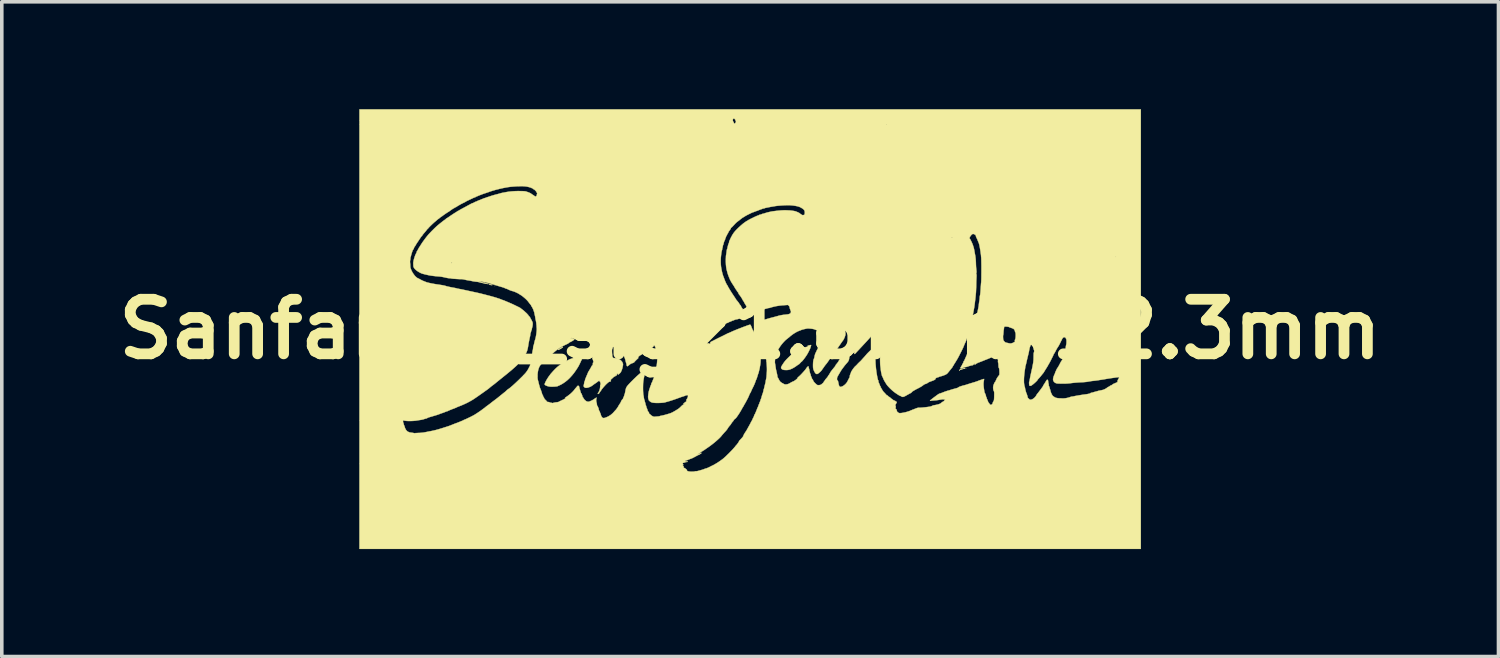
<source format=kicad_pcb>
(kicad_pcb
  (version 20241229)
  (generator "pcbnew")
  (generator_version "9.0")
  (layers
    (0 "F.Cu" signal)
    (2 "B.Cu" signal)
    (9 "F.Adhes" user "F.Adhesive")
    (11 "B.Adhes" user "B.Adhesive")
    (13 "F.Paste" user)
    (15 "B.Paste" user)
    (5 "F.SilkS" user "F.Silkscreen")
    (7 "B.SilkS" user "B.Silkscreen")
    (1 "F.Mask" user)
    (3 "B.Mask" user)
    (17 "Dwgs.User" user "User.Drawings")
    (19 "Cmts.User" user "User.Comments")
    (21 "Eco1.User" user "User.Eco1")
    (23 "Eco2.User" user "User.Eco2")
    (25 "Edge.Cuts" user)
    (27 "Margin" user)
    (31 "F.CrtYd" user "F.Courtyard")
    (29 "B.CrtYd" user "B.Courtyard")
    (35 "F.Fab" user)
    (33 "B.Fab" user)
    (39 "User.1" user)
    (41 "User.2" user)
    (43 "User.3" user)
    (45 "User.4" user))
  (footprint "SanfanLiu_sig21.8mmx12.3mm"
    (layer "F.Cu")
    (at 17.896 6.141)
    (property "Reference" "SanfanLiu_sig21.8mmx12.3mm" (at 0 0 0) (layer "F.SilkS") (effects (font (size 1.524 1.524) (thickness 0.3))))
    (attr through_hole)
    (fp_poly (pts (xy -7.125 -1.206) (xy -7.129 -1.203) (xy -7.132 -1.206) (xy -7.129 -1.21) (xy -7.125 -1.206)) (stroke (width 0.01) (type solid)) (fill yes) (layer "F.SilkS"))
    (fp_poly (pts (xy -2.841 0.585) (xy -2.844 0.588) (xy -2.847 0.585) (xy -2.844 0.582) (xy -2.841 0.585)) (stroke (width 0.01) (type solid)) (fill yes) (layer "F.SilkS"))
    (fp_poly (pts (xy 6.034 1.085) (xy 6.033 1.089) (xy 6.029 1.09) (xy 6.024 1.087) (xy 6.025 1.085) (xy 6.033 1.084) (xy 6.034 1.085)) (stroke (width 0.01) (type solid)) (fill yes) (layer "F.SilkS"))
    (fp_poly (pts (xy 5.855 1.155) (xy 5.855 1.156) (xy 5.85 1.162) (xy 5.845 1.163) (xy 5.838 1.16) (xy 5.839 1.156) (xy 5.847 1.15) (xy 5.849 1.15) (xy 5.855 1.155)) (stroke (width 0.01) (type solid)) (fill yes) (layer "F.SilkS"))
    (fp_poly (pts (xy -7.273 -1.255) (xy -7.255 -1.251) (xy -7.235 -1.247) (xy -7.216 -1.241) (xy -7.203 -1.236) (xy -7.199 -1.233) (xy -7.205 -1.23) (xy -7.219 -1.23) (xy -7.238 -1.232) (xy -7.258 -1.236) (xy -7.272 -1.241) (xy -7.286 -1.249) (xy -7.288 -1.253) (xy -7.284 -1.255) (xy -7.273 -1.255)) (stroke (width 0.01) (type solid)) (fill yes) (layer "F.SilkS"))
    (fp_poly (pts (xy -5.228 0.496) (xy -5.227 0.499) (xy -5.233 0.507) (xy -5.248 0.52) (xy -5.272 0.536) (xy -5.297 0.551) (xy -5.326 0.567) (xy -5.346 0.577) (xy -5.357 0.58) (xy -5.361 0.578) (xy -5.361 0.577) (xy -5.36 0.571) (xy -5.356 0.565) (xy -5.348 0.557) (xy -5.333 0.547) (xy -5.31 0.534) (xy -5.283 0.518) (xy -5.255 0.503) (xy -5.237 0.495) (xy -5.228 0.496)) (stroke (width 0.01) (type solid)) (fill yes) (layer "F.SilkS"))
    (fp_poly (pts (xy 6.006 1.092) (xy 6.006 1.096) (xy 5.998 1.1) (xy 5.981 1.105) (xy 5.971 1.107) (xy 5.949 1.111) (xy 5.93 1.116) (xy 5.926 1.118) (xy 5.909 1.125) (xy 5.892 1.13) (xy 5.874 1.135) (xy 5.86 1.14) (xy 5.851 1.141) (xy 5.849 1.137) (xy 5.855 1.128) (xy 5.87 1.119) (xy 5.891 1.111) (xy 5.913 1.106) (xy 5.919 1.105) (xy 5.942 1.102) (xy 5.962 1.097) (xy 5.965 1.096) (xy 5.983 1.091) (xy 5.998 1.09) (xy 6.006 1.092)) (stroke (width 0.01) (type solid)) (fill yes) (layer "F.SilkS"))
    (fp_poly (pts (xy 1.702 0.443) (xy 1.703 0.451) (xy 1.699 0.467) (xy 1.698 0.469) (xy 1.692 0.489) (xy 1.684 0.514) (xy 1.681 0.525) (xy 1.673 0.546) (xy 1.659 0.575) (xy 1.643 0.609) (xy 1.624 0.646) (xy 1.605 0.681) (xy 1.597 0.695) (xy 1.578 0.726) (xy 1.555 0.76) (xy 1.531 0.795) (xy 1.506 0.828) (xy 1.482 0.859) (xy 1.461 0.884) (xy 1.445 0.901) (xy 1.436 0.908) (xy 1.423 0.918) (xy 1.407 0.935) (xy 1.397 0.946) (xy 1.382 0.963) (xy 1.368 0.976) (xy 1.362 0.98) (xy 1.351 0.985) (xy 1.334 0.997) (xy 1.311 1.013) (xy 1.295 1.025) (xy 1.251 1.055) (xy 1.204 1.084) (xy 1.156 1.108) (xy 1.112 1.126) (xy 1.09 1.133) (xy 1.056 1.139) (xy 1.016 1.142) (xy 0.975 1.141) (xy 0.939 1.137) (xy 0.936 1.137) (xy 0.902 1.126) (xy 0.878 1.108) (xy 0.873 1.101) (xy 0.865 1.086) (xy 0.864 1.07) (xy 0.87 1.05) (xy 0.884 1.024) (xy 0.911 0.98) (xy 0.935 0.944) (xy 0.959 0.911) (xy 0.985 0.879) (xy 1.016 0.845) (xy 1.054 0.807) (xy 1.064 0.797) (xy 1.099 0.763) (xy 1.127 0.735) (xy 1.151 0.713) (xy 1.174 0.694) (xy 1.198 0.676) (xy 1.225 0.656) (xy 1.259 0.633) (xy 1.267 0.628) (xy 1.293 0.61) (xy 1.316 0.593) (xy 1.333 0.581) (xy 1.34 0.575) (xy 1.36 0.562) (xy 1.388 0.548) (xy 1.419 0.535) (xy 1.45 0.525) (xy 1.46 0.523) (xy 1.486 0.517) (xy 1.516 0.511) (xy 1.537 0.505) (xy 1.563 0.499) (xy 1.586 0.494) (xy 1.6 0.491) (xy 1.613 0.487) (xy 1.614 0.482) (xy 1.612 0.48) (xy 1.605 0.47) (xy 1.604 0.467) (xy 1.61 0.463) (xy 1.625 0.458) (xy 1.646 0.453) (xy 1.667 0.447) (xy 1.687 0.444) (xy 1.699 0.443) (xy 1.702 0.443)) (stroke (width 0.01) (type solid)) (fill yes) (layer "F.SilkS"))
    (fp_poly (pts (xy -4.667 0.768) (xy -4.666 0.77) (xy -4.668 0.778) (xy -4.675 0.793) (xy -4.675 0.793) (xy -4.681 0.806) (xy -4.692 0.827) (xy -4.706 0.856) (xy -4.722 0.89) (xy -4.732 0.912) (xy -4.752 0.954) (xy -4.768 0.987) (xy -4.781 1.013) (xy -4.793 1.035) (xy -4.805 1.056) (xy -4.818 1.077) (xy -4.835 1.103) (xy -4.856 1.135) (xy -4.86 1.142) (xy -4.916 1.221) (xy -4.976 1.295) (xy -5.037 1.362) (xy -5.099 1.421) (xy -5.16 1.47) (xy -5.184 1.487) (xy -5.217 1.509) (xy -5.242 1.525) (xy -5.263 1.537) (xy -5.28 1.547) (xy -5.299 1.556) (xy -5.317 1.565) (xy -5.342 1.576) (xy -5.362 1.585) (xy -5.375 1.592) (xy -5.376 1.592) (xy -5.391 1.596) (xy -5.415 1.6) (xy -5.447 1.603) (xy -5.483 1.605) (xy -5.52 1.606) (xy -5.554 1.606) (xy -5.583 1.605) (xy -5.595 1.604) (xy -5.629 1.598) (xy -5.663 1.589) (xy -5.694 1.577) (xy -5.718 1.565) (xy -5.734 1.553) (xy -5.737 1.548) (xy -5.737 1.533) (xy -5.73 1.51) (xy -5.716 1.479) (xy -5.698 1.442) (xy -5.674 1.401) (xy -5.647 1.358) (xy -5.64 1.347) (xy -5.623 1.322) (xy -5.608 1.302) (xy -5.598 1.289) (xy -5.594 1.284) (xy -5.588 1.277) (xy -5.588 1.275) (xy -5.584 1.268) (xy -5.571 1.252) (xy -5.553 1.231) (xy -5.53 1.205) (xy -5.504 1.176) (xy -5.477 1.147) (xy -5.449 1.118) (xy -5.427 1.096) (xy -5.399 1.07) (xy -5.369 1.044) (xy -5.333 1.016) (xy -5.289 0.984) (xy -5.281 0.978) (xy -5.268 0.97) (xy -5.247 0.957) (xy -5.219 0.941) (xy -5.186 0.922) (xy -5.152 0.903) (xy -5.118 0.884) (xy -5.087 0.867) (xy -5.061 0.853) (xy -5.047 0.846) (xy -5.023 0.836) (xy -4.994 0.825) (xy -4.973 0.819) (xy -4.95 0.812) (xy -4.932 0.806) (xy -4.923 0.802) (xy -4.912 0.798) (xy -4.892 0.793) (xy -4.864 0.788) (xy -4.831 0.783) (xy -4.796 0.778) (xy -4.761 0.774) (xy -4.728 0.77) (xy -4.699 0.768) (xy -4.678 0.767) (xy -4.667 0.768)) (stroke (width 0.01) (type solid)) (fill yes) (layer "F.SilkS"))
    (fp_poly (pts (xy 10.909 6.136) (xy -10.909 6.136) (xy -10.909 3.762) (xy -1.885 3.762) (xy -1.88 3.769) (xy -1.878 3.77) (xy -1.869 3.775) (xy -1.868 3.786) (xy -1.873 3.799) (xy -1.875 3.801) (xy -1.883 3.81) (xy -1.879 3.815) (xy -1.872 3.818) (xy -1.863 3.822) (xy -1.858 3.83) (xy -1.856 3.844) (xy -1.856 3.857) (xy -1.852 3.87) (xy -1.839 3.875) (xy -1.838 3.876) (xy -1.823 3.881) (xy -1.805 3.894) (xy -1.799 3.901) (xy -1.785 3.914) (xy -1.774 3.922) (xy -1.771 3.924) (xy -1.766 3.929) (xy -1.765 3.941) (xy -1.762 3.952) (xy -1.754 3.96) (xy -1.737 3.967) (xy -1.71 3.973) (xy -1.689 3.976) (xy -1.661 3.979) (xy -1.629 3.98) (xy -1.596 3.979) (xy -1.567 3.976) (xy -1.544 3.972) (xy -1.535 3.969) (xy -1.52 3.966) (xy -1.512 3.967) (xy -1.498 3.967) (xy -1.479 3.965) (xy -1.477 3.964) (xy -1.429 3.952) (xy -1.383 3.939) (xy -1.341 3.927) (xy -1.307 3.916) (xy -1.283 3.907) (xy -1.277 3.904) (xy -1.256 3.896) (xy -1.24 3.891) (xy -1.234 3.89) (xy -1.223 3.888) (xy -1.203 3.88) (xy -1.178 3.87) (xy -1.151 3.858) (xy -1.125 3.845) (xy -1.105 3.834) (xy -1.103 3.833) (xy -1.085 3.824) (xy -1.064 3.814) (xy -1.063 3.813) (xy -1.045 3.805) (xy -1.031 3.798) (xy -1.029 3.798) (xy -0.963 3.76) (xy -0.901 3.722) (xy -0.839 3.68) (xy -0.773 3.632) (xy -0.769 3.629) (xy -0.744 3.609) (xy -0.713 3.582) (xy -0.677 3.549) (xy -0.639 3.511) (xy -0.598 3.472) (xy -0.558 3.431) (xy -0.52 3.392) (xy -0.485 3.355) (xy -0.455 3.321) (xy -0.431 3.294) (xy -0.416 3.275) (xy -0.406 3.26) (xy -0.398 3.252) (xy -0.384 3.237) (xy -0.366 3.216) (xy -0.348 3.192) (xy -0.331 3.168) (xy -0.318 3.147) (xy -0.31 3.131) (xy -0.308 3.124) (xy -0.304 3.118) (xy -0.292 3.105) (xy -0.274 3.086) (xy -0.253 3.063) (xy -0.251 3.061) (xy -0.229 3.037) (xy -0.211 3.016) (xy -0.199 3) (xy -0.194 2.991) (xy -0.194 2.991) (xy -0.19 2.977) (xy -0.18 2.955) (xy -0.165 2.927) (xy -0.146 2.896) (xy -0.141 2.888) (xy -0.126 2.866) (xy -0.113 2.846) (xy -0.105 2.835) (xy -0.094 2.816) (xy -0.084 2.797) (xy -0.075 2.782) (xy -0.063 2.759) (xy -0.049 2.734) (xy -0.047 2.731) (xy -0.033 2.705) (xy -0.02 2.682) (xy -0.011 2.665) (xy -0.01 2.664) (xy -0.001 2.647) (xy 0.006 2.634) (xy 0.006 2.634) (xy 0.013 2.62) (xy 0.021 2.603) (xy 0.031 2.584) (xy 0.044 2.563) (xy 0.045 2.561) (xy 0.057 2.539) (xy 0.067 2.516) (xy 0.067 2.515) (xy 0.074 2.498) (xy 0.079 2.488) (xy 0.08 2.487) (xy 0.086 2.477) (xy 0.095 2.459) (xy 0.104 2.439) (xy 0.111 2.419) (xy 0.114 2.406) (xy 0.114 2.406) (xy 0.116 2.395) (xy 0.119 2.393) (xy 0.125 2.387) (xy 0.133 2.373) (xy 0.137 2.365) (xy 0.147 2.341) (xy 0.159 2.314) (xy 0.164 2.303) (xy 0.175 2.275) (xy 0.187 2.246) (xy 0.19 2.236) (xy 0.201 2.208) (xy 0.214 2.18) (xy 0.218 2.171) (xy 0.227 2.15) (xy 0.233 2.133) (xy 0.234 2.126) (xy 0.239 2.11) (xy 0.243 2.104) (xy 0.251 2.091) (xy 0.257 2.073) (xy 0.257 2.072) (xy 0.263 2.052) (xy 0.27 2.036) (xy 0.27 2.035) (xy 0.277 2.022) (xy 0.285 2.001) (xy 0.29 1.982) (xy 0.297 1.96) (xy 0.304 1.943) (xy 0.307 1.935) (xy 0.311 1.925) (xy 0.317 1.907) (xy 0.32 1.892) (xy 0.327 1.867) (xy 0.334 1.844) (xy 0.337 1.835) (xy 0.345 1.814) (xy 0.354 1.787) (xy 0.363 1.759) (xy 0.369 1.732) (xy 0.374 1.712) (xy 0.374 1.705) (xy 0.378 1.687) (xy 0.382 1.676) (xy 0.387 1.662) (xy 0.393 1.639) (xy 0.398 1.618) (xy 0.404 1.588) (xy 0.413 1.553) (xy 0.42 1.526) (xy 0.427 1.499) (xy 0.432 1.476) (xy 0.434 1.459) (xy 0.434 1.459) (xy 0.436 1.442) (xy 0.441 1.418) (xy 0.445 1.4) (xy 0.451 1.371) (xy 0.456 1.339) (xy 0.458 1.323) (xy 0.459 1.301) (xy 0.462 1.27) (xy 0.464 1.235) (xy 0.466 1.21) (xy 0.468 1.17) (xy 0.469 1.124) (xy 0.468 1.075) (xy 0.466 1.025) (xy 0.463 0.975) (xy 0.459 0.928) (xy 0.459 0.923) (xy 0.691 0.923) (xy 0.692 0.937) (xy 0.694 0.951) (xy 0.698 0.974) (xy 0.702 1) (xy 0.703 1.003) (xy 0.709 1.049) (xy 0.715 1.084) (xy 0.719 1.113) (xy 0.724 1.136) (xy 0.729 1.158) (xy 0.731 1.166) (xy 0.742 1.214) (xy 0.751 1.256) (xy 0.758 1.29) (xy 0.761 1.315) (xy 0.762 1.325) (xy 0.764 1.34) (xy 0.769 1.347) (xy 0.775 1.355) (xy 0.785 1.371) (xy 0.79 1.382) (xy 0.799 1.401) (xy 0.806 1.414) (xy 0.809 1.417) (xy 0.814 1.425) (xy 0.821 1.44) (xy 0.821 1.441) (xy 0.832 1.457) (xy 0.85 1.474) (xy 0.856 1.478) (xy 0.871 1.488) (xy 0.881 1.497) (xy 0.882 1.499) (xy 0.888 1.504) (xy 0.891 1.504) (xy 0.901 1.507) (xy 0.917 1.516) (xy 0.929 1.524) (xy 0.951 1.536) (xy 0.971 1.542) (xy 0.998 1.544) (xy 1.04 1.538) (xy 1.084 1.523) (xy 1.127 1.498) (xy 1.132 1.495) (xy 1.15 1.484) (xy 1.174 1.472) (xy 1.193 1.464) (xy 1.221 1.452) (xy 1.249 1.434) (xy 1.28 1.411) (xy 1.308 1.387) (xy 1.319 1.374) (xy 1.323 1.363) (xy 1.329 1.351) (xy 1.341 1.339) (xy 1.341 1.339) (xy 1.358 1.326) (xy 1.381 1.305) (xy 1.409 1.278) (xy 1.439 1.247) (xy 1.468 1.215) (xy 1.479 1.203) (xy 1.499 1.181) (xy 1.517 1.16) (xy 1.531 1.145) (xy 1.533 1.143) (xy 1.548 1.124) (xy 1.56 1.105) (xy 1.571 1.088) (xy 1.586 1.069) (xy 1.601 1.052) (xy 1.615 1.04) (xy 1.623 1.036) (xy 1.628 1.042) (xy 1.633 1.057) (xy 1.635 1.07) (xy 1.639 1.09) (xy 1.643 1.103) (xy 1.645 1.107) (xy 1.65 1.115) (xy 1.651 1.128) (xy 1.653 1.145) (xy 1.658 1.168) (xy 1.662 1.183) (xy 1.667 1.205) (xy 1.671 1.223) (xy 1.672 1.23) (xy 1.677 1.243) (xy 1.683 1.251) (xy 1.689 1.265) (xy 1.693 1.285) (xy 1.694 1.29) (xy 1.696 1.307) (xy 1.7 1.318) (xy 1.702 1.319) (xy 1.708 1.327) (xy 1.714 1.344) (xy 1.718 1.357) (xy 1.725 1.378) (xy 1.734 1.393) (xy 1.738 1.397) (xy 1.748 1.408) (xy 1.754 1.421) (xy 1.767 1.451) (xy 1.79 1.483) (xy 1.821 1.515) (xy 1.822 1.516) (xy 1.841 1.533) (xy 1.857 1.547) (xy 1.865 1.554) (xy 1.881 1.561) (xy 1.904 1.564) (xy 1.932 1.562) (xy 1.961 1.557) (xy 1.976 1.55) (xy 1.995 1.537) (xy 2.015 1.521) (xy 2.033 1.504) (xy 2.047 1.49) (xy 2.052 1.48) (xy 2.052 1.48) (xy 2.056 1.472) (xy 2.066 1.457) (xy 2.076 1.445) (xy 2.088 1.428) (xy 2.097 1.415) (xy 2.099 1.411) (xy 2.103 1.404) (xy 2.114 1.391) (xy 2.124 1.38) (xy 2.143 1.358) (xy 2.16 1.337) (xy 2.172 1.318) (xy 2.179 1.306) (xy 2.179 1.304) (xy 2.184 1.295) (xy 2.189 1.29) (xy 2.197 1.281) (xy 2.209 1.263) (xy 2.222 1.24) (xy 2.223 1.238) (xy 2.237 1.214) (xy 2.249 1.194) (xy 2.262 1.175) (xy 2.278 1.154) (xy 2.299 1.128) (xy 2.316 1.107) (xy 2.346 1.07) (xy 2.368 1.043) (xy 2.381 1.023) (xy 2.386 1.011) (xy 2.386 1.01) (xy 2.39 1.001) (xy 2.401 0.987) (xy 2.408 0.978) (xy 2.426 0.957) (xy 2.443 0.935) (xy 2.458 0.914) (xy 2.469 0.898) (xy 2.473 0.888) (xy 2.473 0.888) (xy 2.477 0.88) (xy 2.486 0.865) (xy 2.497 0.85) (xy 2.509 0.831) (xy 2.518 0.817) (xy 2.52 0.81) (xy 2.525 0.801) (xy 2.531 0.795) (xy 2.54 0.785) (xy 2.553 0.767) (xy 2.568 0.745) (xy 2.572 0.739) (xy 2.591 0.711) (xy 2.612 0.682) (xy 2.631 0.658) (xy 2.631 0.657) (xy 2.646 0.639) (xy 2.656 0.625) (xy 2.66 0.618) (xy 2.664 0.611) (xy 2.673 0.597) (xy 2.676 0.593) (xy 2.701 0.55) (xy 2.72 0.5) (xy 2.728 0.481) (xy 2.737 0.476) (xy 2.75 0.482) (xy 2.761 0.493) (xy 2.773 0.508) (xy 2.781 0.528) (xy 2.786 0.553) (xy 2.788 0.585) (xy 2.787 0.625) (xy 2.783 0.675) (xy 2.776 0.736) (xy 2.773 0.759) (xy 2.767 0.803) (xy 2.762 0.837) (xy 2.755 0.863) (xy 2.746 0.885) (xy 2.734 0.905) (xy 2.718 0.926) (xy 2.696 0.951) (xy 2.692 0.955) (xy 2.669 0.982) (xy 2.64 1.017) (xy 2.61 1.057) (xy 2.579 1.098) (xy 2.551 1.137) (xy 2.549 1.14) (xy 2.539 1.156) (xy 2.525 1.178) (xy 2.511 1.203) (xy 2.511 1.203) (xy 2.494 1.231) (xy 2.475 1.264) (xy 2.457 1.295) (xy 2.456 1.297) (xy 2.441 1.323) (xy 2.432 1.343) (xy 2.428 1.36) (xy 2.426 1.381) (xy 2.426 1.388) (xy 2.427 1.411) (xy 2.429 1.424) (xy 2.435 1.431) (xy 2.439 1.432) (xy 2.448 1.438) (xy 2.454 1.453) (xy 2.459 1.475) (xy 2.468 1.52) (xy 2.475 1.552) (xy 2.481 1.573) (xy 2.485 1.583) (xy 2.487 1.584) (xy 2.493 1.59) (xy 2.497 1.598) (xy 2.506 1.609) (xy 2.524 1.612) (xy 2.548 1.608) (xy 2.576 1.597) (xy 2.606 1.58) (xy 2.636 1.558) (xy 2.641 1.553) (xy 2.669 1.527) (xy 2.691 1.501) (xy 2.711 1.471) (xy 2.731 1.433) (xy 2.737 1.42) (xy 2.75 1.394) (xy 2.762 1.372) (xy 2.771 1.358) (xy 2.773 1.355) (xy 2.78 1.339) (xy 2.782 1.32) (xy 2.785 1.29) (xy 2.8 1.252) (xy 2.808 1.235) (xy 2.813 1.221) (xy 2.814 1.215) (xy 2.818 1.201) (xy 2.829 1.179) (xy 2.846 1.152) (xy 2.865 1.122) (xy 2.887 1.093) (xy 2.908 1.066) (xy 2.927 1.044) (xy 2.942 1.031) (xy 2.953 1.021) (xy 2.969 1.005) (xy 2.983 0.991) (xy 3.011 0.96) (xy 3.036 0.935) (xy 3.061 0.911) (xy 3.072 0.902) (xy 3.092 0.882) (xy 3.113 0.859) (xy 3.125 0.846) (xy 3.143 0.825) (xy 3.162 0.804) (xy 3.172 0.793) (xy 3.185 0.779) (xy 3.204 0.758) (xy 3.225 0.733) (xy 3.241 0.715) (xy 3.261 0.691) (xy 3.287 0.664) (xy 3.316 0.635) (xy 3.346 0.606) (xy 3.376 0.579) (xy 3.403 0.555) (xy 3.425 0.537) (xy 3.441 0.526) (xy 3.443 0.525) (xy 3.461 0.523) (xy 3.478 0.533) (xy 3.492 0.552) (xy 3.496 0.56) (xy 3.499 0.574) (xy 3.502 0.593) (xy 3.503 0.619) (xy 3.503 0.653) (xy 3.501 0.697) (xy 3.499 0.749) (xy 3.497 0.812) (xy 3.499 0.886) (xy 3.502 0.965) (xy 3.509 1.046) (xy 3.517 1.126) (xy 3.527 1.201) (xy 3.535 1.253) (xy 3.54 1.279) (xy 3.545 1.31) (xy 3.549 1.33) (xy 3.556 1.366) (xy 3.563 1.396) (xy 3.569 1.417) (xy 3.575 1.429) (xy 3.578 1.43) (xy 3.581 1.436) (xy 3.582 1.452) (xy 3.583 1.46) (xy 3.584 1.478) (xy 3.587 1.489) (xy 3.588 1.491) (xy 3.594 1.496) (xy 3.6 1.511) (xy 3.603 1.519) (xy 3.61 1.538) (xy 3.616 1.551) (xy 3.617 1.554) (xy 3.622 1.565) (xy 3.623 1.572) (xy 3.628 1.585) (xy 3.633 1.588) (xy 3.64 1.597) (xy 3.643 1.612) (xy 3.645 1.625) (xy 3.648 1.631) (xy 3.654 1.636) (xy 3.663 1.651) (xy 3.675 1.672) (xy 3.679 1.68) (xy 3.695 1.707) (xy 3.713 1.734) (xy 3.729 1.754) (xy 3.731 1.755) (xy 3.748 1.773) (xy 3.763 1.788) (xy 3.778 1.805) (xy 3.798 1.828) (xy 3.799 1.829) (xy 3.813 1.842) (xy 3.824 1.849) (xy 3.827 1.849) (xy 3.836 1.852) (xy 3.848 1.863) (xy 3.853 1.869) (xy 3.866 1.883) (xy 3.878 1.891) (xy 3.881 1.892) (xy 3.891 1.896) (xy 3.906 1.907) (xy 3.919 1.918) (xy 3.934 1.933) (xy 3.946 1.943) (xy 3.951 1.945) (xy 3.958 1.949) (xy 3.971 1.959) (xy 3.977 1.965) (xy 3.998 1.98) (xy 4.02 1.991) (xy 4.025 1.993) (xy 4.045 2.001) (xy 4.06 2.011) (xy 4.062 2.013) (xy 4.073 2.023) (xy 4.081 2.025) (xy 4.092 2.03) (xy 4.094 2.032) (xy 4.094 2.042) (xy 4.087 2.058) (xy 4.077 2.077) (xy 4.065 2.094) (xy 4.065 2.094) (xy 4.058 2.11) (xy 4.057 2.132) (xy 4.061 2.151) (xy 4.065 2.156) (xy 4.067 2.168) (xy 4.064 2.186) (xy 4.064 2.186) (xy 4.059 2.207) (xy 4.059 2.218) (xy 4.064 2.225) (xy 4.072 2.229) (xy 4.083 2.239) (xy 4.091 2.257) (xy 4.095 2.272) (xy 4.1 2.293) (xy 4.107 2.307) (xy 4.111 2.312) (xy 4.121 2.317) (xy 4.135 2.328) (xy 4.136 2.33) (xy 4.15 2.339) (xy 4.168 2.344) (xy 4.192 2.345) (xy 4.224 2.342) (xy 4.261 2.336) (xy 4.345 2.319) (xy 4.421 2.296) (xy 4.422 2.296) (xy 4.442 2.289) (xy 4.461 2.282) (xy 4.483 2.272) (xy 4.513 2.26) (xy 4.521 2.256) (xy 4.537 2.249) (xy 4.548 2.246) (xy 4.549 2.246) (xy 4.557 2.243) (xy 4.572 2.237) (xy 4.574 2.236) (xy 4.613 2.22) (xy 4.648 2.207) (xy 4.676 2.198) (xy 4.696 2.194) (xy 4.703 2.194) (xy 4.718 2.195) (xy 4.745 2.194) (xy 4.781 2.192) (xy 4.824 2.188) (xy 4.873 2.183) (xy 4.925 2.177) (xy 4.979 2.17) (xy 5.004 2.166) (xy 5.032 2.161) (xy 5.058 2.153) (xy 5.076 2.145) (xy 5.095 2.136) (xy 5.112 2.129) (xy 5.115 2.128) (xy 5.174 2.118) (xy 5.222 2.108) (xy 5.259 2.098) (xy 5.288 2.088) (xy 5.31 2.078) (xy 5.327 2.067) (xy 5.334 2.061) (xy 5.353 2.044) (xy 5.374 2.03) (xy 5.381 2.027) (xy 5.4 2.016) (xy 5.417 2.002) (xy 5.426 1.989) (xy 5.428 1.985) (xy 5.433 1.979) (xy 5.443 1.975) (xy 5.449 1.972) (xy 5.445 1.969) (xy 5.429 1.966) (xy 5.421 1.964) (xy 5.401 1.961) (xy 5.381 1.96) (xy 5.36 1.961) (xy 5.332 1.965) (xy 5.297 1.97) (xy 5.274 1.975) (xy 5.24 1.98) (xy 5.2 1.985) (xy 5.161 1.989) (xy 5.15 1.989) (xy 5.118 1.992) (xy 5.087 1.994) (xy 5.063 1.997) (xy 5.055 1.998) (xy 5.037 2) (xy 5.025 1.999) (xy 5.023 1.998) (xy 5.022 1.996) (xy 5.024 1.993) (xy 5.029 1.987) (xy 5.038 1.979) (xy 5.053 1.968) (xy 5.074 1.951) (xy 5.102 1.929) (xy 5.139 1.901) (xy 5.181 1.87) (xy 5.216 1.844) (xy 5.246 1.823) (xy 5.27 1.808) (xy 5.286 1.799) (xy 5.291 1.798) (xy 5.303 1.796) (xy 5.324 1.789) (xy 5.352 1.779) (xy 5.384 1.767) (xy 5.395 1.762) (xy 5.431 1.748) (xy 5.466 1.736) (xy 5.496 1.726) (xy 5.518 1.719) (xy 5.521 1.718) (xy 5.547 1.712) (xy 5.571 1.705) (xy 5.581 1.701) (xy 5.6 1.695) (xy 5.628 1.686) (xy 5.662 1.676) (xy 5.699 1.666) (xy 5.736 1.656) (xy 5.768 1.647) (xy 5.791 1.64) (xy 5.808 1.631) (xy 5.815 1.625) (xy 5.827 1.617) (xy 5.849 1.607) (xy 5.879 1.596) (xy 5.914 1.585) (xy 5.952 1.574) (xy 5.969 1.57) (xy 5.994 1.564) (xy 6.025 1.555) (xy 6.056 1.545) (xy 6.059 1.544) (xy 6.084 1.536) (xy 6.11 1.527) (xy 6.14 1.518) (xy 6.175 1.507) (xy 6.219 1.494) (xy 6.273 1.478) (xy 6.276 1.477) (xy 6.309 1.466) (xy 6.344 1.454) (xy 6.372 1.443) (xy 6.391 1.435) (xy 6.417 1.426) (xy 6.446 1.416) (xy 6.475 1.406) (xy 6.502 1.398) (xy 6.522 1.392) (xy 6.533 1.39) (xy 6.533 1.39) (xy 6.533 1.396) (xy 6.531 1.411) (xy 6.529 1.425) (xy 6.521 1.471) (xy 6.517 1.513) (xy 6.517 1.554) (xy 6.52 1.599) (xy 6.526 1.651) (xy 6.531 1.681) (xy 6.535 1.709) (xy 6.539 1.734) (xy 6.542 1.751) (xy 6.546 1.768) (xy 6.55 1.777) (xy 6.55 1.778) (xy 6.555 1.786) (xy 6.563 1.802) (xy 6.571 1.821) (xy 6.579 1.84) (xy 6.583 1.853) (xy 6.583 1.856) (xy 6.585 1.878) (xy 6.593 1.893) (xy 6.6 1.905) (xy 6.605 1.924) (xy 6.606 1.928) (xy 6.61 1.946) (xy 6.616 1.957) (xy 6.617 1.959) (xy 6.623 1.967) (xy 6.623 1.969) (xy 6.625 1.979) (xy 6.631 1.994) (xy 6.633 1.997) (xy 6.64 2.013) (xy 6.644 2.026) (xy 6.644 2.027) (xy 6.648 2.036) (xy 6.659 2.052) (xy 6.67 2.067) (xy 6.685 2.085) (xy 6.695 2.1) (xy 6.699 2.107) (xy 6.707 2.113) (xy 6.722 2.113) (xy 6.74 2.108) (xy 6.756 2.098) (xy 6.756 2.098) (xy 6.767 2.081) (xy 6.775 2.06) (xy 6.775 2.057) (xy 6.779 2.04) (xy 6.784 2.029) (xy 6.785 2.028) (xy 6.792 2.02) (xy 6.8 2.005) (xy 6.802 2) (xy 6.807 1.987) (xy 6.81 1.969) (xy 6.812 1.945) (xy 6.814 1.912) (xy 6.815 1.867) (xy 6.815 1.862) (xy 6.816 1.819) (xy 6.816 1.789) (xy 6.815 1.766) (xy 6.813 1.751) (xy 6.81 1.739) (xy 6.806 1.729) (xy 6.803 1.725) (xy 6.793 1.699) (xy 6.787 1.665) (xy 6.785 1.629) (xy 6.788 1.594) (xy 6.793 1.571) (xy 6.81 1.526) (xy 6.826 1.492) (xy 6.841 1.471) (xy 6.844 1.468) (xy 6.854 1.455) (xy 6.858 1.444) (xy 6.862 1.43) (xy 6.863 1.428) (xy 7.645 1.428) (xy 7.646 1.488) (xy 7.651 1.539) (xy 7.659 1.579) (xy 7.661 1.585) (xy 7.668 1.611) (xy 7.675 1.636) (xy 7.677 1.651) (xy 7.681 1.674) (xy 7.688 1.703) (xy 7.696 1.733) (xy 7.704 1.761) (xy 7.711 1.783) (xy 7.717 1.795) (xy 7.723 1.809) (xy 7.731 1.833) (xy 7.74 1.862) (xy 7.748 1.895) (xy 7.752 1.91) (xy 7.76 1.925) (xy 7.773 1.937) (xy 7.789 1.949) (xy 7.799 1.96) (xy 7.811 1.969) (xy 7.828 1.971) (xy 7.854 1.966) (xy 7.871 1.961) (xy 7.896 1.948) (xy 7.925 1.927) (xy 7.952 1.902) (xy 7.975 1.875) (xy 7.99 1.85) (xy 7.99 1.85) (xy 8.001 1.83) (xy 8.015 1.809) (xy 8.019 1.804) (xy 8.033 1.788) (xy 8.051 1.766) (xy 8.07 1.74) (xy 8.077 1.731) (xy 8.099 1.702) (xy 8.123 1.67) (xy 8.144 1.641) (xy 8.148 1.636) (xy 8.163 1.615) (xy 8.175 1.597) (xy 8.181 1.586) (xy 8.181 1.584) (xy 8.185 1.574) (xy 8.194 1.559) (xy 8.197 1.555) (xy 8.208 1.538) (xy 8.217 1.525) (xy 8.218 1.523) (xy 8.242 1.484) (xy 8.26 1.455) (xy 8.273 1.434) (xy 8.282 1.421) (xy 8.289 1.414) (xy 8.295 1.412) (xy 8.3 1.413) (xy 8.306 1.416) (xy 8.307 1.416) (xy 8.315 1.423) (xy 8.319 1.436) (xy 8.322 1.458) (xy 8.323 1.47) (xy 8.326 1.495) (xy 8.33 1.515) (xy 8.334 1.526) (xy 8.334 1.526) (xy 8.338 1.539) (xy 8.337 1.55) (xy 8.337 1.568) (xy 8.34 1.58) (xy 8.353 1.608) (xy 8.362 1.636) (xy 8.368 1.659) (xy 8.369 1.668) (xy 8.371 1.68) (xy 8.375 1.684) (xy 8.381 1.69) (xy 8.382 1.699) (xy 8.385 1.719) (xy 8.392 1.745) (xy 8.401 1.773) (xy 8.411 1.795) (xy 8.419 1.811) (xy 8.422 1.823) (xy 8.422 1.823) (xy 8.427 1.831) (xy 8.429 1.831) (xy 8.433 1.835) (xy 8.433 1.838) (xy 8.435 1.845) (xy 8.446 1.857) (xy 8.462 1.872) (xy 8.479 1.885) (xy 8.491 1.893) (xy 8.496 1.894) (xy 8.499 1.894) (xy 8.503 1.9) (xy 8.515 1.909) (xy 8.525 1.912) (xy 8.539 1.914) (xy 8.546 1.918) (xy 8.556 1.921) (xy 8.577 1.925) (xy 8.606 1.928) (xy 8.64 1.931) (xy 8.677 1.932) (xy 8.714 1.933) (xy 8.748 1.933) (xy 8.776 1.932) (xy 8.78 1.932) (xy 8.823 1.926) (xy 8.868 1.917) (xy 8.911 1.905) (xy 8.947 1.892) (xy 8.947 1.892) (xy 8.962 1.887) (xy 8.983 1.883) (xy 8.99 1.883) (xy 9.017 1.879) (xy 9.045 1.874) (xy 9.05 1.872) (xy 9.074 1.867) (xy 9.108 1.861) (xy 9.149 1.854) (xy 9.193 1.846) (xy 9.238 1.839) (xy 9.279 1.832) (xy 9.315 1.827) (xy 9.335 1.825) (xy 9.412 1.814) (xy 9.475 1.801) (xy 9.492 1.794) (xy 9.503 1.786) (xy 9.515 1.779) (xy 9.533 1.775) (xy 9.533 1.775) (xy 9.556 1.771) (xy 9.575 1.765) (xy 9.591 1.76) (xy 9.616 1.753) (xy 9.643 1.745) (xy 9.647 1.745) (xy 9.672 1.738) (xy 9.692 1.733) (xy 9.704 1.729) (xy 9.705 1.728) (xy 9.716 1.725) (xy 9.739 1.719) (xy 9.772 1.713) (xy 9.813 1.705) (xy 9.817 1.704) (xy 9.868 1.691) (xy 9.916 1.669) (xy 9.959 1.642) (xy 9.964 1.637) (xy 9.981 1.624) (xy 9.998 1.615) (xy 10.001 1.614) (xy 10.016 1.607) (xy 10.034 1.595) (xy 10.041 1.59) (xy 10.058 1.578) (xy 10.072 1.572) (xy 10.076 1.571) (xy 10.087 1.567) (xy 10.103 1.557) (xy 10.117 1.547) (xy 10.135 1.535) (xy 10.148 1.526) (xy 10.154 1.524) (xy 10.162 1.521) (xy 10.179 1.514) (xy 10.2 1.505) (xy 10.224 1.494) (xy 10.245 1.484) (xy 10.26 1.476) (xy 10.267 1.473) (xy 10.265 1.467) (xy 10.261 1.464) (xy 10.256 1.459) (xy 10.257 1.449) (xy 10.263 1.431) (xy 10.266 1.423) (xy 10.276 1.402) (xy 10.286 1.386) (xy 10.291 1.38) (xy 10.299 1.367) (xy 10.302 1.357) (xy 10.302 1.347) (xy 10.297 1.343) (xy 10.283 1.342) (xy 10.274 1.343) (xy 10.25 1.345) (xy 10.221 1.348) (xy 10.2 1.351) (xy 10.169 1.356) (xy 10.134 1.361) (xy 10.11 1.364) (xy 10.089 1.367) (xy 10.069 1.37) (xy 10.047 1.373) (xy 10.022 1.377) (xy 9.99 1.382) (xy 9.949 1.389) (xy 9.909 1.396) (xy 9.843 1.407) (xy 9.777 1.417) (xy 9.715 1.427) (xy 9.658 1.435) (xy 9.609 1.441) (xy 9.582 1.444) (xy 9.549 1.447) (xy 9.509 1.453) (xy 9.468 1.46) (xy 9.445 1.464) (xy 9.404 1.471) (xy 9.357 1.476) (xy 9.311 1.48) (xy 9.288 1.481) (xy 9.243 1.483) (xy 9.193 1.486) (xy 9.142 1.489) (xy 9.093 1.493) (xy 9.05 1.497) (xy 9.017 1.5) (xy 8.953 1.508) (xy 8.898 1.514) (xy 8.85 1.518) (xy 8.805 1.52) (xy 8.76 1.521) (xy 8.711 1.521) (xy 8.703 1.521) (xy 8.662 1.52) (xy 8.625 1.519) (xy 8.593 1.518) (xy 8.57 1.516) (xy 8.559 1.515) (xy 8.52 1.5) (xy 8.49 1.477) (xy 8.469 1.448) (xy 8.459 1.415) (xy 8.459 1.39) (xy 8.465 1.356) (xy 8.475 1.322) (xy 8.489 1.286) (xy 8.506 1.248) (xy 8.513 1.233) (xy 8.516 1.223) (xy 8.516 1.223) (xy 8.517 1.216) (xy 8.522 1.202) (xy 8.532 1.18) (xy 8.546 1.149) (xy 8.557 1.124) (xy 8.569 1.102) (xy 8.582 1.082) (xy 8.586 1.077) (xy 8.595 1.064) (xy 8.608 1.042) (xy 8.624 1.015) (xy 8.637 0.99) (xy 8.655 0.955) (xy 8.668 0.93) (xy 8.677 0.913) (xy 8.684 0.901) (xy 8.69 0.893) (xy 8.694 0.888) (xy 8.701 0.878) (xy 8.711 0.86) (xy 8.723 0.839) (xy 8.736 0.815) (xy 8.748 0.792) (xy 8.756 0.779) (xy 8.765 0.763) (xy 8.769 0.751) (xy 8.769 0.75) (xy 8.772 0.74) (xy 8.78 0.722) (xy 8.787 0.707) (xy 8.799 0.679) (xy 8.805 0.648) (xy 8.808 0.622) (xy 8.809 0.587) (xy 8.811 0.549) (xy 8.812 0.521) (xy 8.815 0.49) (xy 8.82 0.458) (xy 8.826 0.435) (xy 8.833 0.393) (xy 8.834 0.341) (xy 8.833 0.311) (xy 8.83 0.29) (xy 8.825 0.273) (xy 8.816 0.256) (xy 8.813 0.252) (xy 8.8 0.234) (xy 8.79 0.225) (xy 8.78 0.224) (xy 8.778 0.224) (xy 8.765 0.227) (xy 8.754 0.229) (xy 8.745 0.232) (xy 8.738 0.237) (xy 8.73 0.246) (xy 8.72 0.26) (xy 8.709 0.281) (xy 8.695 0.309) (xy 8.676 0.346) (xy 8.653 0.394) (xy 8.651 0.398) (xy 8.636 0.427) (xy 8.622 0.454) (xy 8.61 0.474) (xy 8.603 0.485) (xy 8.593 0.499) (xy 8.578 0.523) (xy 8.56 0.553) (xy 8.541 0.588) (xy 8.523 0.623) (xy 8.516 0.637) (xy 8.504 0.658) (xy 8.495 0.674) (xy 8.489 0.682) (xy 8.488 0.682) (xy 8.484 0.687) (xy 8.476 0.702) (xy 8.468 0.72) (xy 8.46 0.74) (xy 8.447 0.768) (xy 8.43 0.801) (xy 8.412 0.837) (xy 8.394 0.874) (xy 8.376 0.908) (xy 8.36 0.937) (xy 8.348 0.959) (xy 8.342 0.969) (xy 8.332 0.986) (xy 8.32 1.007) (xy 8.316 1.015) (xy 8.306 1.033) (xy 8.291 1.058) (xy 8.273 1.087) (xy 8.259 1.108) (xy 8.242 1.136) (xy 8.226 1.162) (xy 8.214 1.182) (xy 8.208 1.192) (xy 8.198 1.209) (xy 8.183 1.229) (xy 8.175 1.239) (xy 8.158 1.259) (xy 8.138 1.284) (xy 8.12 1.307) (xy 8.099 1.332) (xy 8.076 1.358) (xy 8.058 1.377) (xy 8.043 1.393) (xy 8.031 1.407) (xy 8.028 1.413) (xy 8.023 1.424) (xy 8.009 1.44) (xy 7.989 1.461) (xy 7.964 1.485) (xy 7.937 1.509) (xy 7.909 1.533) (xy 7.882 1.553) (xy 7.86 1.57) (xy 7.842 1.58) (xy 7.837 1.581) (xy 7.815 1.584) (xy 7.8 1.577) (xy 7.795 1.567) (xy 7.79 1.525) (xy 7.789 1.493) (xy 7.791 1.472) (xy 7.793 1.468) (xy 7.798 1.454) (xy 7.804 1.432) (xy 7.807 1.414) (xy 7.82 1.341) (xy 7.838 1.256) (xy 7.859 1.159) (xy 7.874 1.093) (xy 7.879 1.07) (xy 7.883 1.049) (xy 7.884 1.046) (xy 7.887 1.027) (xy 7.892 1.003) (xy 7.894 0.993) (xy 7.906 0.926) (xy 7.913 0.851) (xy 7.915 0.766) (xy 7.915 0.754) (xy 7.916 0.719) (xy 7.917 0.69) (xy 7.918 0.668) (xy 7.92 0.656) (xy 7.921 0.655) (xy 7.926 0.649) (xy 7.929 0.635) (xy 7.931 0.616) (xy 7.931 0.598) (xy 7.928 0.586) (xy 7.927 0.584) (xy 7.922 0.573) (xy 7.917 0.553) (xy 7.912 0.526) (xy 7.91 0.516) (xy 7.906 0.488) (xy 7.902 0.464) (xy 7.899 0.448) (xy 7.899 0.445) (xy 7.895 0.429) (xy 7.895 0.423) (xy 7.888 0.417) (xy 7.875 0.414) (xy 7.854 0.421) (xy 7.836 0.437) (xy 7.825 0.462) (xy 7.823 0.468) (xy 7.818 0.486) (xy 7.813 0.498) (xy 7.813 0.499) (xy 7.808 0.509) (xy 7.803 0.528) (xy 7.8 0.546) (xy 7.792 0.585) (xy 7.787 0.614) (xy 7.783 0.635) (xy 7.779 0.653) (xy 7.775 0.669) (xy 7.772 0.685) (xy 7.765 0.712) (xy 7.757 0.745) (xy 7.749 0.777) (xy 7.748 0.779) (xy 7.742 0.807) (xy 7.733 0.844) (xy 7.724 0.884) (xy 7.717 0.916) (xy 7.709 0.95) (xy 7.702 0.981) (xy 7.695 1.007) (xy 7.69 1.022) (xy 7.69 1.023) (xy 7.684 1.042) (xy 7.682 1.058) (xy 7.682 1.059) (xy 7.681 1.072) (xy 7.678 1.093) (xy 7.674 1.121) (xy 7.671 1.136) (xy 7.66 1.214) (xy 7.652 1.289) (xy 7.647 1.362) (xy 7.645 1.428) (xy 6.863 1.428) (xy 6.868 1.42) (xy 6.876 1.406) (xy 6.878 1.398) (xy 6.882 1.388) (xy 6.891 1.371) (xy 6.905 1.349) (xy 6.921 1.326) (xy 6.937 1.304) (xy 6.949 1.29) (xy 6.955 1.281) (xy 6.959 1.271) (xy 6.961 1.257) (xy 6.962 1.235) (xy 6.962 1.203) (xy 6.962 1.2) (xy 6.96 1.155) (xy 6.957 1.122) (xy 6.953 1.099) (xy 6.946 1.082) (xy 6.942 1.077) (xy 6.939 1.066) (xy 6.936 1.046) (xy 6.934 1.02) (xy 6.934 1.01) (xy 6.933 0.98) (xy 6.93 0.955) (xy 6.926 0.938) (xy 6.925 0.936) (xy 6.92 0.914) (xy 6.921 0.885) (xy 6.922 0.864) (xy 6.921 0.852) (xy 6.915 0.846) (xy 6.907 0.837) (xy 6.905 0.822) (xy 6.903 0.808) (xy 6.899 0.802) (xy 6.899 0.802) (xy 6.894 0.8) (xy 6.89 0.792) (xy 6.885 0.776) (xy 6.882 0.76) (xy 6.879 0.751) (xy 6.872 0.745) (xy 6.862 0.743) (xy 6.846 0.746) (xy 6.822 0.754) (xy 6.789 0.767) (xy 6.751 0.783) (xy 6.715 0.798) (xy 6.685 0.81) (xy 6.657 0.822) (xy 6.628 0.834) (xy 6.596 0.847) (xy 6.557 0.862) (xy 6.51 0.881) (xy 6.481 0.893) (xy 6.447 0.906) (xy 6.413 0.919) (xy 6.381 0.931) (xy 6.356 0.94) (xy 6.34 0.946) (xy 6.331 0.95) (xy 6.335 0.955) (xy 6.337 0.956) (xy 6.34 0.96) (xy 6.33 0.959) (xy 6.325 0.958) (xy 6.31 0.957) (xy 6.306 0.96) (xy 6.307 0.964) (xy 6.305 0.973) (xy 6.291 0.981) (xy 6.289 0.982) (xy 6.271 0.988) (xy 6.264 0.988) (xy 6.268 0.983) (xy 6.273 0.979) (xy 6.282 0.97) (xy 6.279 0.967) (xy 6.265 0.969) (xy 6.258 0.97) (xy 6.243 0.977) (xy 6.24 0.985) (xy 6.237 0.993) (xy 6.226 1.002) (xy 6.21 1.008) (xy 6.198 1.009) (xy 6.186 1.011) (xy 6.166 1.016) (xy 6.14 1.023) (xy 6.133 1.025) (xy 6.103 1.034) (xy 6.074 1.043) (xy 6.052 1.049) (xy 6.049 1.049) (xy 6.01 1.059) (xy 5.982 1.067) (xy 5.963 1.072) (xy 5.95 1.076) (xy 5.941 1.08) (xy 5.938 1.081) (xy 5.924 1.087) (xy 5.903 1.092) (xy 5.897 1.093) (xy 5.88 1.095) (xy 5.871 1.092) (xy 5.87 1.084) (xy 5.877 1.069) (xy 5.892 1.045) (xy 5.898 1.036) (xy 5.9 1.032) (xy 6.043 1.032) (xy 6.045 1.036) (xy 6.049 1.036) (xy 6.058 1.031) (xy 6.059 1.029) (xy 6.058 1.026) (xy 6.053 1.027) (xy 6.043 1.032) (xy 5.9 1.032) (xy 5.909 1.018) (xy 6.085 1.018) (xy 6.086 1.022) (xy 6.089 1.023) (xy 6.095 1.02) (xy 6.094 1.018) (xy 6.086 1.017) (xy 6.085 1.018) (xy 5.909 1.018) (xy 5.912 1.013) (xy 5.924 0.991) (xy 6.192 0.991) (xy 6.193 0.995) (xy 6.196 0.996) (xy 6.202 0.994) (xy 6.201 0.991) (xy 6.193 0.991) (xy 6.192 0.991) (xy 5.924 0.991) (xy 5.924 0.991) (xy 5.931 0.976) (xy 5.931 0.975) (xy 5.938 0.958) (xy 5.945 0.948) (xy 5.952 0.935) (xy 5.958 0.917) (xy 5.958 0.914) (xy 5.964 0.896) (xy 5.971 0.886) (xy 5.973 0.885) (xy 5.981 0.878) (xy 5.982 0.875) (xy 5.985 0.866) (xy 5.992 0.849) (xy 6 0.831) (xy 6.011 0.806) (xy 6.021 0.784) (xy 6.031 0.761) (xy 6.042 0.736) (xy 6.055 0.703) (xy 6.07 0.668) (xy 6.077 0.651) (xy 6.086 0.626) (xy 6.095 0.597) (xy 6.099 0.585) (xy 6.108 0.557) (xy 6.116 0.533) (xy 6.122 0.516) (xy 6.123 0.511) (xy 6.137 0.478) (xy 6.148 0.449) (xy 6.158 0.42) (xy 6.169 0.384) (xy 6.17 0.378) (xy 6.179 0.348) (xy 6.186 0.323) (xy 6.191 0.304) (xy 6.192 0.297) (xy 6.195 0.284) (xy 6.201 0.263) (xy 6.205 0.247) (xy 6.212 0.223) (xy 6.218 0.199) (xy 7.062 0.199) (xy 7.062 0.226) (xy 7.063 0.241) (xy 7.065 0.273) (xy 7.068 0.295) (xy 7.073 0.311) (xy 7.081 0.322) (xy 7.101 0.348) (xy 7.12 0.364) (xy 7.14 0.374) (xy 7.167 0.381) (xy 7.167 0.381) (xy 7.192 0.386) (xy 7.214 0.391) (xy 7.226 0.394) (xy 7.263 0.4) (xy 7.306 0.394) (xy 7.308 0.393) (xy 7.331 0.385) (xy 7.351 0.375) (xy 7.354 0.373) (xy 7.368 0.365) (xy 7.377 0.361) (xy 7.377 0.361) (xy 7.39 0.355) (xy 7.394 0.341) (xy 7.392 0.326) (xy 7.39 0.307) (xy 7.396 0.294) (xy 7.396 0.294) (xy 7.403 0.279) (xy 7.409 0.255) (xy 7.413 0.225) (xy 7.415 0.191) (xy 7.415 0.158) (xy 7.414 0.127) (xy 7.41 0.101) (xy 7.404 0.085) (xy 7.402 0.082) (xy 7.395 0.073) (xy 7.395 0.068) (xy 7.395 0.057) (xy 7.39 0.04) (xy 7.38 0.021) (xy 7.368 0.004) (xy 7.358 -0.006) (xy 7.34 -0.016) (xy 7.314 -0.027) (xy 7.278 -0.04) (xy 7.266 -0.044) (xy 7.245 -0.052) (xy 7.227 -0.059) (xy 7.222 -0.062) (xy 7.209 -0.066) (xy 7.187 -0.069) (xy 7.161 -0.072) (xy 7.156 -0.072) (xy 7.126 -0.073) (xy 7.107 -0.071) (xy 7.096 -0.063) (xy 7.09 -0.047) (xy 7.088 -0.022) (xy 7.087 -0.02) (xy 7.085 0.000343) (xy 7.082 0.016) (xy 7.081 0.02) (xy 7.079 0.031) (xy 7.077 0.051) (xy 7.075 0.078) (xy 7.074 0.093) (xy 7.072 0.122) (xy 7.069 0.147) (xy 7.067 0.163) (xy 7.065 0.167) (xy 7.063 0.178) (xy 7.062 0.199) (xy 6.218 0.199) (xy 6.22 0.192) (xy 6.228 0.159) (xy 6.23 0.15) (xy 6.238 0.114) (xy 6.248 0.072) (xy 6.258 0.035) (xy 6.259 0.03) (xy 6.268 -0.004) (xy 6.276 -0.04) (xy 6.282 -0.071) (xy 6.283 -0.077) (xy 6.288 -0.107) (xy 6.293 -0.137) (xy 6.297 -0.157) (xy 6.302 -0.187) (xy 6.309 -0.227) (xy 6.316 -0.271) (xy 6.321 -0.309) (xy 6.325 -0.326) (xy 6.33 -0.337) (xy 6.331 -0.338) (xy 6.334 -0.346) (xy 6.337 -0.363) (xy 6.337 -0.368) (xy 6.338 -0.391) (xy 6.342 -0.424) (xy 6.347 -0.463) (xy 6.354 -0.505) (xy 6.362 -0.546) (xy 6.37 -0.583) (xy 6.37 -0.586) (xy 6.377 -0.62) (xy 6.383 -0.657) (xy 6.386 -0.689) (xy 6.386 -0.69) (xy 6.39 -0.723) (xy 6.395 -0.76) (xy 6.4 -0.789) (xy 6.405 -0.82) (xy 6.409 -0.851) (xy 6.41 -0.876) (xy 6.412 -0.905) (xy 6.417 -0.936) (xy 6.42 -0.949) (xy 6.424 -0.968) (xy 6.427 -0.996) (xy 6.431 -1.033) (xy 6.434 -1.074) (xy 6.437 -1.116) (xy 6.44 -1.162) (xy 6.443 -1.209) (xy 6.446 -1.253) (xy 6.449 -1.29) (xy 6.452 -1.313) (xy 6.453 -1.336) (xy 6.455 -1.37) (xy 6.456 -1.413) (xy 6.457 -1.465) (xy 6.457 -1.522) (xy 6.458 -1.583) (xy 6.458 -1.646) (xy 6.458 -1.71) (xy 6.458 -1.771) (xy 6.457 -1.83) (xy 6.456 -1.883) (xy 6.455 -1.928) (xy 6.454 -1.965) (xy 6.454 -1.965) (xy 6.452 -1.998) (xy 6.45 -2.019) (xy 10.207 -2.019) (xy 10.209 -2.012) (xy 10.21 -2.012) (xy 10.215 -2.017) (xy 10.217 -2.019) (xy 10.216 -2.025) (xy 10.214 -2.025) (xy 10.207 -2.02) (xy 10.207 -2.019) (xy 6.45 -2.019) (xy 6.45 -2.028) (xy 6.447 -2.058) (xy 6.443 -2.092) (xy 6.437 -2.131) (xy 6.431 -2.179) (xy 6.426 -2.209) (xy 6.414 -2.281) (xy 6.402 -2.341) (xy 6.39 -2.389) (xy 6.376 -2.426) (xy 6.37 -2.44) (xy 6.36 -2.463) (xy 6.351 -2.487) (xy 6.35 -2.49) (xy 6.341 -2.512) (xy 6.329 -2.537) (xy 6.322 -2.55) (xy 6.312 -2.573) (xy 6.304 -2.595) (xy 6.302 -2.606) (xy 6.296 -2.626) (xy 6.287 -2.635) (xy 6.27 -2.643) (xy 6.256 -2.65) (xy 6.233 -2.66) (xy 6.211 -2.657) (xy 6.189 -2.642) (xy 6.181 -2.634) (xy 6.167 -2.618) (xy 6.158 -2.606) (xy 6.156 -2.601) (xy 6.151 -2.594) (xy 6.146 -2.591) (xy 6.138 -2.582) (xy 6.136 -2.571) (xy 6.132 -2.557) (xy 6.125 -2.551) (xy 6.118 -2.546) (xy 6.121 -2.541) (xy 6.127 -2.537) (xy 6.135 -2.527) (xy 6.147 -2.507) (xy 6.161 -2.48) (xy 6.177 -2.449) (xy 6.192 -2.416) (xy 6.206 -2.384) (xy 6.217 -2.355) (xy 6.223 -2.339) (xy 6.229 -2.318) (xy 6.237 -2.293) (xy 6.24 -2.284) (xy 6.246 -2.262) (xy 6.253 -2.233) (xy 6.259 -2.202) (xy 6.26 -2.198) (xy 6.265 -2.167) (xy 6.272 -2.129) (xy 6.279 -2.089) (xy 6.284 -2.065) (xy 6.29 -2.027) (xy 6.295 -1.986) (xy 6.299 -1.948) (xy 6.3 -1.928) (xy 6.302 -1.895) (xy 6.304 -1.855) (xy 6.305 -1.814) (xy 6.306 -1.79) (xy 6.308 -1.751) (xy 6.311 -1.708) (xy 6.315 -1.668) (xy 6.317 -1.648) (xy 6.32 -1.614) (xy 6.321 -1.59) (xy 6.318 -1.575) (xy 6.316 -1.57) (xy 6.312 -1.555) (xy 6.317 -1.537) (xy 6.321 -1.52) (xy 6.322 -1.496) (xy 6.321 -1.461) (xy 6.32 -1.445) (xy 6.319 -1.416) (xy 6.317 -1.378) (xy 6.315 -1.332) (xy 6.314 -1.283) (xy 6.313 -1.233) (xy 6.313 -1.223) (xy 6.312 -1.174) (xy 6.31 -1.124) (xy 6.308 -1.077) (xy 6.306 -1.036) (xy 6.304 -1.004) (xy 6.303 -0.999) (xy 6.298 -0.942) (xy 6.292 -0.882) (xy 6.285 -0.822) (xy 6.278 -0.764) (xy 6.272 -0.712) (xy 6.266 -0.666) (xy 6.261 -0.63) (xy 6.259 -0.618) (xy 6.251 -0.572) (xy 6.243 -0.525) (xy 6.234 -0.481) (xy 6.227 -0.441) (xy 6.219 -0.407) (xy 6.214 -0.383) (xy 6.211 -0.371) (xy 6.206 -0.354) (xy 6.201 -0.33) (xy 6.196 -0.302) (xy 6.196 -0.301) (xy 6.188 -0.255) (xy 6.179 -0.208) (xy 6.17 -0.164) (xy 6.162 -0.13) (xy 6.156 -0.107) (xy 6.152 -0.084) (xy 6.152 -0.082) (xy 6.147 -0.066) (xy 6.142 -0.057) (xy 6.142 -0.056) (xy 6.138 -0.048) (xy 6.136 -0.032) (xy 6.136 -0.03) (xy 6.134 -0.01) (xy 6.129 0.015) (xy 6.124 0.032) (xy 6.115 0.058) (xy 6.105 0.091) (xy 6.096 0.12) (xy 6.088 0.146) (xy 6.081 0.168) (xy 6.076 0.183) (xy 6.075 0.184) (xy 6.07 0.199) (xy 6.064 0.22) (xy 6.063 0.224) (xy 6.057 0.246) (xy 6.048 0.272) (xy 6.043 0.287) (xy 6.035 0.308) (xy 6.029 0.325) (xy 6.027 0.331) (xy 6.023 0.34) (xy 6.016 0.358) (xy 6.006 0.378) (xy 5.996 0.399) (xy 5.988 0.416) (xy 5.982 0.432) (xy 5.974 0.452) (xy 5.963 0.478) (xy 5.959 0.488) (xy 5.953 0.505) (xy 5.943 0.526) (xy 5.93 0.553) (xy 5.914 0.586) (xy 5.893 0.628) (xy 5.867 0.679) (xy 5.836 0.74) (xy 5.823 0.765) (xy 5.812 0.786) (xy 5.797 0.813) (xy 5.78 0.843) (xy 5.761 0.874) (xy 5.743 0.904) (xy 5.727 0.93) (xy 5.715 0.949) (xy 5.707 0.96) (xy 5.698 0.972) (xy 5.695 0.98) (xy 5.691 0.989) (xy 5.682 1.005) (xy 5.675 1.015) (xy 5.663 1.032) (xy 5.656 1.045) (xy 5.655 1.049) (xy 5.651 1.057) (xy 5.641 1.072) (xy 5.63 1.085) (xy 5.615 1.104) (xy 5.595 1.128) (xy 5.572 1.156) (xy 5.558 1.174) (xy 5.538 1.199) (xy 5.52 1.22) (xy 5.506 1.237) (xy 5.499 1.243) (xy 5.478 1.258) (xy 5.447 1.274) (xy 5.406 1.291) (xy 5.358 1.307) (xy 5.322 1.317) (xy 5.297 1.324) (xy 5.277 1.331) (xy 5.265 1.336) (xy 5.263 1.338) (xy 5.254 1.343) (xy 5.248 1.344) (xy 5.233 1.346) (xy 5.214 1.353) (xy 5.196 1.362) (xy 5.182 1.371) (xy 5.177 1.378) (xy 5.177 1.379) (xy 5.176 1.392) (xy 5.163 1.406) (xy 5.138 1.422) (xy 5.101 1.438) (xy 5.056 1.454) (xy 5.015 1.469) (xy 4.983 1.483) (xy 4.963 1.497) (xy 4.962 1.497) (xy 4.941 1.512) (xy 4.916 1.523) (xy 4.911 1.524) (xy 4.872 1.538) (xy 4.842 1.556) (xy 4.834 1.563) (xy 4.819 1.575) (xy 4.795 1.592) (xy 4.765 1.61) (xy 4.732 1.629) (xy 4.7 1.646) (xy 4.684 1.654) (xy 4.656 1.668) (xy 4.63 1.682) (xy 4.61 1.693) (xy 4.609 1.693) (xy 4.587 1.706) (xy 4.561 1.722) (xy 4.549 1.729) (xy 4.532 1.74) (xy 4.52 1.75) (xy 4.517 1.755) (xy 4.512 1.762) (xy 4.5 1.772) (xy 4.485 1.783) (xy 4.473 1.79) (xy 4.468 1.791) (xy 4.461 1.795) (xy 4.445 1.803) (xy 4.421 1.817) (xy 4.392 1.833) (xy 4.378 1.841) (xy 4.336 1.865) (xy 4.303 1.881) (xy 4.278 1.89) (xy 4.257 1.892) (xy 4.24 1.889) (xy 4.224 1.879) (xy 4.223 1.878) (xy 4.208 1.869) (xy 4.197 1.864) (xy 4.197 1.864) (xy 4.183 1.86) (xy 4.162 1.849) (xy 4.133 1.832) (xy 4.1 1.81) (xy 4.064 1.786) (xy 4.049 1.775) (xy 4.458 1.775) (xy 4.462 1.778) (xy 4.465 1.775) (xy 4.462 1.771) (xy 4.458 1.775) (xy 4.049 1.775) (xy 4.027 1.759) (xy 4.014 1.749) (xy 3.981 1.722) (xy 3.946 1.691) (xy 3.91 1.657) (xy 3.877 1.623) (xy 3.847 1.59) (xy 3.822 1.561) (xy 3.806 1.538) (xy 3.803 1.533) (xy 3.794 1.518) (xy 3.781 1.497) (xy 3.766 1.473) (xy 3.765 1.472) (xy 3.75 1.446) (xy 3.735 1.419) (xy 3.726 1.399) (xy 3.703 1.343) (xy 3.686 1.31) (xy 3.679 1.294) (xy 3.676 1.282) (xy 3.675 1.27) (xy 3.67 1.25) (xy 3.665 1.232) (xy 3.659 1.206) (xy 3.654 1.174) (xy 3.649 1.14) (xy 3.648 1.133) (xy 3.645 1.097) (xy 3.64 1.058) (xy 3.636 1.024) (xy 3.635 1.02) (xy 3.632 0.991) (xy 3.63 0.95) (xy 3.629 0.901) (xy 3.628 0.847) (xy 3.629 0.789) (xy 3.63 0.731) (xy 3.632 0.674) (xy 3.635 0.622) (xy 3.636 0.608) (xy 3.64 0.54) (xy 3.642 0.483) (xy 3.642 0.434) (xy 3.64 0.39) (xy 3.636 0.348) (xy 3.629 0.306) (xy 3.626 0.288) (xy 3.619 0.254) (xy 3.612 0.223) (xy 3.606 0.199) (xy 3.601 0.184) (xy 3.601 0.184) (xy 3.592 0.166) (xy 3.579 0.148) (xy 3.565 0.134) (xy 3.554 0.127) (xy 3.552 0.127) (xy 3.543 0.122) (xy 3.533 0.114) (xy 3.515 0.103) (xy 3.493 0.1) (xy 3.471 0.105) (xy 3.457 0.115) (xy 3.448 0.125) (xy 3.431 0.144) (xy 3.407 0.171) (xy 3.377 0.205) (xy 3.341 0.243) (xy 3.301 0.287) (xy 3.259 0.333) (xy 3.214 0.382) (xy 3.168 0.431) (xy 3.122 0.481) (xy 3.076 0.53) (xy 3.033 0.577) (xy 2.992 0.62) (xy 2.956 0.659) (xy 2.94 0.676) (xy 2.928 0.688) (xy 2.92 0.694) (xy 2.914 0.693) (xy 2.91 0.684) (xy 2.908 0.666) (xy 2.908 0.637) (xy 2.908 0.597) (xy 2.908 0.58) (xy 2.909 0.53) (xy 2.908 0.482) (xy 2.907 0.436) (xy 2.905 0.395) (xy 2.902 0.361) (xy 2.899 0.335) (xy 2.895 0.32) (xy 2.893 0.317) (xy 2.89 0.309) (xy 2.888 0.292) (xy 2.887 0.279) (xy 2.884 0.249) (xy 2.875 0.228) (xy 2.874 0.227) (xy 2.865 0.208) (xy 2.861 0.19) (xy 2.857 0.169) (xy 2.849 0.153) (xy 2.84 0.139) (xy 2.828 0.118) (xy 2.815 0.092) (xy 2.814 0.089) (xy 2.802 0.065) (xy 2.79 0.047) (xy 2.781 0.037) (xy 2.779 0.036) (xy 2.767 0.029) (xy 2.754 0.016) (xy 2.743 0.005) (xy 2.729 0.001) (xy 2.713 0.001) (xy 2.695 0.004) (xy 2.683 0.01) (xy 2.673 0.024) (xy 2.669 0.032) (xy 2.659 0.051) (xy 2.656 0.067) (xy 2.658 0.085) (xy 2.66 0.095) (xy 2.663 0.136) (xy 2.654 0.184) (xy 2.635 0.238) (xy 2.612 0.285) (xy 2.6 0.305) (xy 2.589 0.321) (xy 2.586 0.325) (xy 2.577 0.336) (xy 2.563 0.355) (xy 2.547 0.378) (xy 2.543 0.384) (xy 2.516 0.424) (xy 2.486 0.467) (xy 2.455 0.512) (xy 2.424 0.555) (xy 2.396 0.595) (xy 2.372 0.628) (xy 2.359 0.645) (xy 2.32 0.697) (xy 2.289 0.739) (xy 2.266 0.771) (xy 2.25 0.792) (xy 2.243 0.803) (xy 2.225 0.831) (xy 2.204 0.863) (xy 2.181 0.896) (xy 2.159 0.927) (xy 2.139 0.954) (xy 2.124 0.973) (xy 2.12 0.978) (xy 2.106 0.994) (xy 2.089 1.017) (xy 2.067 1.047) (xy 2.04 1.086) (xy 2.006 1.134) (xy 2.001 1.143) (xy 1.986 1.161) (xy 1.966 1.182) (xy 1.942 1.205) (xy 1.918 1.225) (xy 1.897 1.241) (xy 1.881 1.25) (xy 1.88 1.25) (xy 1.859 1.253) (xy 1.839 1.246) (xy 1.82 1.228) (xy 1.8 1.198) (xy 1.794 1.186) (xy 1.779 1.154) (xy 1.768 1.126) (xy 1.761 1.098) (xy 1.757 1.066) (xy 1.756 1.028) (xy 1.756 0.992) (xy 1.758 0.941) (xy 1.762 0.896) (xy 1.769 0.859) (xy 1.778 0.831) (xy 1.785 0.819) (xy 1.789 0.808) (xy 1.793 0.79) (xy 1.794 0.785) (xy 1.799 0.758) (xy 1.806 0.728) (xy 1.814 0.699) (xy 1.823 0.676) (xy 1.828 0.666) (xy 1.835 0.652) (xy 1.845 0.631) (xy 1.852 0.615) (xy 1.869 0.579) (xy 1.889 0.542) (xy 1.91 0.506) (xy 1.93 0.474) (xy 1.948 0.451) (xy 1.952 0.446) (xy 1.968 0.425) (xy 1.976 0.405) (xy 1.976 0.403) (xy 1.978 0.385) (xy 1.982 0.362) (xy 1.985 0.351) (xy 1.994 0.313) (xy 2 0.285) (xy 2.003 0.264) (xy 2.005 0.248) (xy 2.006 0.234) (xy 2.005 0.231) (xy 2.003 0.21) (xy 1.998 0.193) (xy 1.997 0.191) (xy 1.993 0.177) (xy 1.99 0.153) (xy 1.989 0.121) (xy 1.989 0.112) (xy 1.989 0.046) (xy 1.965 0.026) (xy 1.945 0.012) (xy 1.927 0.008) (xy 1.907 0.013) (xy 1.891 0.021) (xy 1.873 0.03) (xy 1.86 0.032) (xy 1.85 0.028) (xy 1.817 0.013) (xy 1.789 0.002) (xy 1.759 -0.005) (xy 1.725 -0.011) (xy 1.689 -0.015) (xy 1.649 -0.018) (xy 1.618 -0.019) (xy 1.594 -0.018) (xy 1.574 -0.015) (xy 1.57 -0.014) (xy 1.542 -0.008) (xy 1.51 -0.001) (xy 1.494 0.003) (xy 1.468 0.009) (xy 1.443 0.017) (xy 1.43 0.022) (xy 1.411 0.03) (xy 1.385 0.04) (xy 1.368 0.046) (xy 1.31 0.071) (xy 1.249 0.106) (xy 1.186 0.147) (xy 1.125 0.194) (xy 1.114 0.204) (xy 1.087 0.227) (xy 1.059 0.249) (xy 1.035 0.268) (xy 1.025 0.276) (xy 0.991 0.304) (xy 0.954 0.341) (xy 0.915 0.383) (xy 0.877 0.429) (xy 0.843 0.475) (xy 0.819 0.511) (xy 0.803 0.537) (xy 0.789 0.561) (xy 0.777 0.578) (xy 0.774 0.583) (xy 0.764 0.601) (xy 0.751 0.628) (xy 0.738 0.66) (xy 0.726 0.694) (xy 0.715 0.724) (xy 0.71 0.745) (xy 0.705 0.77) (xy 0.701 0.801) (xy 0.697 0.835) (xy 0.694 0.869) (xy 0.691 0.9) (xy 0.691 0.923) (xy 0.459 0.923) (xy 0.455 0.887) (xy 0.45 0.853) (xy 0.444 0.829) (xy 0.441 0.822) (xy 0.436 0.805) (xy 0.434 0.794) (xy 0.432 0.782) (xy 0.427 0.76) (xy 0.419 0.732) (xy 0.41 0.702) (xy 0.401 0.669) (xy 0.392 0.639) (xy 0.385 0.615) (xy 0.382 0.602) (xy 0.376 0.582) (xy 0.368 0.557) (xy 0.361 0.538) (xy 0.351 0.508) (xy 0.34 0.475) (xy 0.335 0.458) (xy 0.325 0.429) (xy 0.314 0.399) (xy 0.307 0.384) (xy 0.298 0.361) (xy 0.29 0.34) (xy 0.287 0.331) (xy 0.282 0.314) (xy 0.274 0.288) (xy 0.263 0.255) (xy 0.25 0.218) (xy 0.237 0.18) (xy 0.225 0.143) (xy 0.213 0.111) (xy 0.204 0.087) (xy 0.2 0.075) (xy 0.192 0.057) (xy 0.188 0.044) (xy 0.187 0.041) (xy 0.185 0.032) (xy 0.179 0.015) (xy 0.171 -0.009) (xy 0.162 -0.035) (xy 0.152 -0.061) (xy 0.143 -0.083) (xy 0.14 -0.09) (xy 0.128 -0.123) (xy 0.119 -0.148) (xy 0.116 -0.163) (xy 0.117 -0.167) (xy 0.119 -0.17) (xy 0.124 -0.173) (xy 0.134 -0.177) (xy 0.148 -0.182) (xy 0.17 -0.19) (xy 0.199 -0.199) (xy 0.238 -0.212) (xy 0.288 -0.228) (xy 0.307 -0.234) (xy 0.362 -0.251) (xy 0.407 -0.265) (xy 0.445 -0.277) (xy 0.479 -0.287) (xy 0.511 -0.296) (xy 0.544 -0.306) (xy 0.582 -0.316) (xy 0.625 -0.327) (xy 0.678 -0.341) (xy 0.702 -0.347) (xy 0.719 -0.352) (xy 0.745 -0.359) (xy 0.774 -0.367) (xy 0.782 -0.37) (xy 0.825 -0.381) (xy 0.868 -0.39) (xy 0.915 -0.398) (xy 0.971 -0.404) (xy 1.006 -0.408) (xy 1.049 -0.413) (xy 1.081 -0.42) (xy 1.104 -0.429) (xy 1.121 -0.442) (xy 1.133 -0.458) (xy 1.133 -0.458) (xy 1.139 -0.473) (xy 1.14 -0.488) (xy 1.136 -0.506) (xy 1.126 -0.531) (xy 1.118 -0.553) (xy 1.111 -0.57) (xy 1.105 -0.591) (xy 1.103 -0.609) (xy 1.098 -0.629) (xy 1.083 -0.65) (xy 1.079 -0.653) (xy 1.056 -0.677) (xy 0.99 -0.672) (xy 0.959 -0.67) (xy 0.929 -0.667) (xy 0.906 -0.666) (xy 0.898 -0.665) (xy 0.862 -0.662) (xy 0.82 -0.657) (xy 0.774 -0.65) (xy 0.731 -0.643) (xy 0.692 -0.635) (xy 0.663 -0.628) (xy 0.662 -0.628) (xy 0.635 -0.621) (xy 0.61 -0.614) (xy 0.593 -0.61) (xy 0.592 -0.61) (xy 0.575 -0.606) (xy 0.564 -0.6) (xy 0.553 -0.596) (xy 0.534 -0.592) (xy 0.518 -0.59) (xy 0.497 -0.587) (xy 0.482 -0.583) (xy 0.477 -0.581) (xy 0.469 -0.576) (xy 0.455 -0.575) (xy 0.439 -0.573) (xy 0.432 -0.569) (xy 0.423 -0.565) (xy 0.407 -0.561) (xy 0.395 -0.559) (xy 0.374 -0.554) (xy 0.358 -0.548) (xy 0.354 -0.545) (xy 0.342 -0.536) (xy 0.335 -0.535) (xy 0.321 -0.531) (xy 0.311 -0.526) (xy 0.297 -0.519) (xy 0.276 -0.511) (xy 0.26 -0.506) (xy 0.237 -0.497) (xy 0.216 -0.487) (xy 0.207 -0.481) (xy 0.19 -0.471) (xy 0.169 -0.462) (xy 0.164 -0.461) (xy 0.14 -0.454) (xy 0.114 -0.444) (xy 0.108 -0.441) (xy 0.088 -0.433) (xy 0.072 -0.428) (xy 0.067 -0.428) (xy 0.054 -0.425) (xy 0.05 -0.421) (xy 0.041 -0.416) (xy 0.031 -0.414) (xy 0.017 -0.42) (xy 0.002 -0.433) (xy -0.009 -0.45) (xy -0.013 -0.464) (xy -0.018 -0.476) (xy -0.02 -0.478) (xy -0.029 -0.487) (xy -0.034 -0.497) (xy -0.041 -0.513) (xy -0.046 -0.521) (xy -0.053 -0.535) (xy -0.06 -0.551) (xy -0.068 -0.569) (xy -0.074 -0.582) (xy -0.08 -0.593) (xy -0.089 -0.612) (xy -0.096 -0.625) (xy -0.109 -0.649) (xy -0.122 -0.673) (xy -0.128 -0.682) (xy -0.14 -0.701) (xy -0.155 -0.726) (xy -0.163 -0.742) (xy -0.174 -0.763) (xy -0.184 -0.78) (xy -0.189 -0.788) (xy -0.206 -0.812) (xy -0.224 -0.848) (xy -0.224 -0.848) (xy -0.234 -0.866) (xy -0.251 -0.891) (xy -0.27 -0.92) (xy -0.291 -0.948) (xy -0.31 -0.971) (xy -0.311 -0.972) (xy -0.322 -0.989) (xy -0.327 -1.004) (xy -0.328 -1.006) (xy -0.332 -1.02) (xy -0.344 -1.035) (xy -0.348 -1.039) (xy -0.36 -1.053) (xy -0.367 -1.063) (xy -0.368 -1.065) (xy -0.371 -1.073) (xy -0.381 -1.089) (xy -0.393 -1.106) (xy -0.409 -1.128) (xy -0.423 -1.15) (xy -0.43 -1.163) (xy -0.436 -1.175) (xy -0.443 -1.186) (xy -0.451 -1.2) (xy -0.463 -1.218) (xy -0.48 -1.245) (xy -0.482 -1.247) (xy -0.508 -1.287) (xy -0.526 -1.317) (xy -0.533 -1.329) (xy -0.542 -1.346) (xy -0.553 -1.366) (xy -0.555 -1.369) (xy -0.565 -1.39) (xy -0.576 -1.416) (xy -0.582 -1.43) (xy -0.593 -1.458) (xy -0.604 -1.488) (xy -0.609 -1.501) (xy -0.618 -1.525) (xy -0.626 -1.549) (xy -0.628 -1.557) (xy -0.634 -1.578) (xy -0.641 -1.603) (xy -0.645 -1.618) (xy -0.658 -1.671) (xy -0.669 -1.734) (xy -0.676 -1.804) (xy -0.679 -1.877) (xy -0.679 -1.95) (xy -0.679 -1.958) (xy -0.677 -1.994) (xy -0.676 -2.027) (xy -0.674 -2.053) (xy -0.672 -2.069) (xy -0.671 -2.072) (xy -0.668 -2.088) (xy -0.664 -2.114) (xy -0.66 -2.143) (xy -0.656 -2.173) (xy -0.653 -2.199) (xy -0.652 -2.204) (xy -0.649 -2.222) (xy -0.644 -2.234) (xy -0.639 -2.246) (xy -0.634 -2.265) (xy -0.633 -2.273) (xy -0.629 -2.294) (xy -0.622 -2.32) (xy -0.615 -2.348) (xy -0.607 -2.374) (xy -0.599 -2.393) (xy -0.594 -2.403) (xy -0.59 -2.414) (xy -0.588 -2.428) (xy -0.586 -2.446) (xy -0.582 -2.458) (xy -0.576 -2.471) (xy -0.567 -2.491) (xy -0.561 -2.503) (xy -0.552 -2.525) (xy -0.543 -2.543) (xy -0.54 -2.55) (xy -0.537 -2.555) (xy 5.623 -2.555) (xy 5.632 -2.553) (xy 5.635 -2.553) (xy 5.645 -2.555) (xy 5.644 -2.56) (xy 5.643 -2.561) (xy 5.634 -2.566) (xy 5.627 -2.561) (xy 5.623 -2.555) (xy -0.537 -2.555) (xy -0.533 -2.562) (xy -0.522 -2.582) (xy -0.51 -2.607) (xy -0.506 -2.614) (xy -0.482 -2.654) (xy -0.454 -2.695) (xy -0.419 -2.738) (xy -0.377 -2.783) (xy -0.326 -2.833) (xy -0.266 -2.888) (xy -0.214 -2.933) (xy -0.197 -2.947) (xy -0.176 -2.963) (xy -0.152 -2.98) (xy -0.129 -2.997) (xy -0.109 -3.01) (xy -0.095 -3.019) (xy -0.089 -3.021) (xy -0.082 -3.025) (xy -0.068 -3.033) (xy -0.058 -3.04) (xy -0.041 -3.051) (xy -0.015 -3.064) (xy 0.016 -3.081) (xy 0.052 -3.098) (xy 0.089 -3.116) (xy 0.125 -3.134) (xy 0.159 -3.149) (xy 0.188 -3.162) (xy 0.21 -3.171) (xy 0.223 -3.175) (xy 0.224 -3.175) (xy 0.238 -3.179) (xy 0.245 -3.185) (xy 0.259 -3.193) (xy 0.272 -3.195) (xy 0.288 -3.198) (xy 0.309 -3.205) (xy 0.316 -3.208) (xy 0.335 -3.217) (xy 0.35 -3.221) (xy 0.354 -3.222) (xy 0.366 -3.224) (xy 0.385 -3.229) (xy 0.391 -3.231) (xy 0.435 -3.245) (xy 0.482 -3.259) (xy 0.525 -3.269) (xy 0.551 -3.275) (xy 0.577 -3.28) (xy 0.585 -3.282) (xy 0.613 -3.288) (xy 0.652 -3.293) (xy 0.699 -3.299) (xy 0.75 -3.305) (xy 0.802 -3.31) (xy 0.853 -3.315) (xy 0.899 -3.318) (xy 0.925 -3.319) (xy 0.985 -3.32) (xy 1.046 -3.318) (xy 1.106 -3.315) (xy 1.163 -3.309) (xy 1.212 -3.302) (xy 1.253 -3.294) (xy 1.27 -3.289) (xy 1.298 -3.278) (xy 1.327 -3.266) (xy 1.352 -3.254) (xy 1.372 -3.244) (xy 1.383 -3.237) (xy 1.384 -3.236) (xy 1.39 -3.229) (xy 1.405 -3.218) (xy 1.423 -3.206) (xy 1.444 -3.192) (xy 1.459 -3.185) (xy 1.473 -3.184) (xy 1.484 -3.185) (xy 1.503 -3.19) (xy 1.514 -3.197) (xy 1.521 -3.211) (xy 1.525 -3.235) (xy 1.526 -3.245) (xy 1.525 -3.283) (xy 1.515 -3.315) (xy 1.495 -3.342) (xy 1.464 -3.367) (xy 1.43 -3.387) (xy 1.414 -3.396) (xy 1.404 -3.402) (xy 1.372 -3.416) (xy 1.327 -3.43) (xy 1.269 -3.442) (xy 1.198 -3.453) (xy 1.167 -3.456) (xy 1.118 -3.46) (xy 1.059 -3.461) (xy 0.993 -3.46) (xy 0.922 -3.457) (xy 0.849 -3.452) (xy 0.778 -3.446) (xy 0.711 -3.438) (xy 0.658 -3.429) (xy 0.631 -3.424) (xy 0.598 -3.419) (xy 0.565 -3.413) (xy 0.565 -3.413) (xy 0.509 -3.402) (xy 0.464 -3.393) (xy 0.43 -3.386) (xy 0.408 -3.379) (xy 0.398 -3.375) (xy 0.387 -3.371) (xy 0.37 -3.369) (xy 0.37 -3.369) (xy 0.354 -3.367) (xy 0.345 -3.363) (xy 0.345 -3.363) (xy 0.336 -3.357) (xy 0.32 -3.352) (xy 0.319 -3.352) (xy 0.3 -3.346) (xy 0.276 -3.337) (xy 0.264 -3.332) (xy 0.241 -3.323) (xy 0.211 -3.311) (xy 0.181 -3.3) (xy 0.177 -3.299) (xy 0.149 -3.289) (xy 0.124 -3.28) (xy 0.105 -3.272) (xy 0.103 -3.271) (xy 0.086 -3.265) (xy 0.075 -3.262) (xy 0.074 -3.262) (xy 0.064 -3.259) (xy 0.048 -3.252) (xy 0.035 -3.245) (xy 0.011 -3.234) (xy -0.012 -3.222) (xy -0.02 -3.218) (xy -0.046 -3.206) (xy -0.075 -3.191) (xy -0.104 -3.176) (xy -0.128 -3.162) (xy -0.146 -3.152) (xy -0.152 -3.148) (xy -0.166 -3.138) (xy -0.185 -3.127) (xy -0.187 -3.126) (xy -0.207 -3.115) (xy -0.233 -3.096) (xy -0.266 -3.071) (xy -0.296 -3.046) (xy -0.319 -3.028) (xy -0.344 -3.01) (xy -0.35 -3.006) (xy -0.374 -2.987) (xy -0.406 -2.957) (xy -0.445 -2.916) (xy -0.487 -2.871) (xy -0.504 -2.853) (xy -0.52 -2.839) (xy -0.53 -2.832) (xy -0.539 -2.824) (xy -0.539 -2.818) (xy -0.54 -2.805) (xy -0.544 -2.799) (xy -0.553 -2.788) (xy -0.565 -2.771) (xy -0.57 -2.763) (xy -0.582 -2.746) (xy -0.591 -2.734) (xy -0.594 -2.731) (xy -0.6 -2.722) (xy -0.607 -2.706) (xy -0.609 -2.702) (xy -0.617 -2.682) (xy -0.628 -2.667) (xy -0.629 -2.665) (xy -0.639 -2.652) (xy -0.642 -2.644) (xy -0.645 -2.633) (xy -0.654 -2.616) (xy -0.658 -2.61) (xy -0.669 -2.592) (xy -0.675 -2.578) (xy -0.675 -2.574) (xy -0.679 -2.561) (xy -0.685 -2.55) (xy -0.693 -2.535) (xy -0.695 -2.525) (xy -0.698 -2.509) (xy -0.704 -2.494) (xy -0.727 -2.444) (xy -0.739 -2.402) (xy -0.74 -2.398) (xy -0.744 -2.377) (xy -0.751 -2.359) (xy -0.752 -2.356) (xy -0.758 -2.342) (xy -0.763 -2.321) (xy -0.765 -2.304) (xy -0.769 -2.283) (xy -0.773 -2.267) (xy -0.776 -2.262) (xy -0.78 -2.253) (xy -0.779 -2.248) (xy -0.779 -2.237) (xy -0.783 -2.218) (xy -0.785 -2.211) (xy -0.789 -2.196) (xy -0.793 -2.181) (xy -0.797 -2.164) (xy -0.801 -2.142) (xy -0.805 -2.112) (xy -0.81 -2.073) (xy -0.812 -2.055) (xy -0.818 -1.997) (xy -0.821 -1.932) (xy -0.821 -1.865) (xy -0.818 -1.801) (xy -0.813 -1.751) (xy -0.807 -1.709) (xy -0.798 -1.661) (xy -0.788 -1.612) (xy -0.777 -1.565) (xy -0.765 -1.523) (xy -0.755 -1.49) (xy -0.75 -1.477) (xy -0.744 -1.463) (xy -0.736 -1.441) (xy -0.726 -1.414) (xy -0.722 -1.404) (xy -0.711 -1.375) (xy -0.701 -1.349) (xy -0.693 -1.33) (xy -0.691 -1.325) (xy -0.677 -1.294) (xy -0.667 -1.273) (xy -0.66 -1.259) (xy -0.656 -1.251) (xy -0.653 -1.247) (xy -0.635 -1.22) (xy -0.621 -1.195) (xy -0.613 -1.175) (xy -0.613 -1.174) (xy -0.607 -1.161) (xy -0.601 -1.156) (xy -0.595 -1.151) (xy -0.595 -1.149) (xy -0.591 -1.14) (xy -0.58 -1.119) (xy -0.56 -1.088) (xy -0.534 -1.046) (xy -0.5 -0.993) (xy -0.462 -0.936) (xy -0.441 -0.904) (xy -0.422 -0.876) (xy -0.408 -0.853) (xy -0.398 -0.838) (xy -0.395 -0.833) (xy -0.39 -0.824) (xy -0.378 -0.809) (xy -0.362 -0.79) (xy -0.362 -0.79) (xy -0.331 -0.752) (xy -0.31 -0.722) (xy -0.303 -0.709) (xy -0.296 -0.698) (xy -0.284 -0.682) (xy -0.276 -0.673) (xy -0.263 -0.657) (xy -0.255 -0.643) (xy -0.254 -0.638) (xy -0.25 -0.627) (xy -0.241 -0.61) (xy -0.23 -0.594) (xy -0.221 -0.584) (xy -0.219 -0.583) (xy -0.215 -0.575) (xy -0.214 -0.569) (xy -0.211 -0.558) (xy -0.202 -0.539) (xy -0.191 -0.518) (xy -0.179 -0.497) (xy -0.17 -0.479) (xy -0.167 -0.468) (xy -0.162 -0.454) (xy -0.157 -0.448) (xy -0.149 -0.438) (xy -0.147 -0.433) (xy -0.143 -0.424) (xy -0.134 -0.41) (xy -0.134 -0.41) (xy -0.122 -0.389) (xy -0.122 -0.37) (xy -0.133 -0.357) (xy -0.135 -0.356) (xy -0.16 -0.344) (xy -0.191 -0.332) (xy -0.227 -0.318) (xy -0.265 -0.305) (xy -0.301 -0.293) (xy -0.334 -0.284) (xy -0.36 -0.277) (xy -0.377 -0.274) (xy -0.378 -0.274) (xy -0.416 -0.267) (xy -0.438 -0.257) (xy -0.459 -0.248) (xy -0.476 -0.242) (xy -0.482 -0.241) (xy -0.497 -0.237) (xy -0.514 -0.228) (xy -0.533 -0.218) (xy -0.555 -0.211) (xy -0.576 -0.203) (xy -0.598 -0.192) (xy -0.601 -0.19) (xy -0.621 -0.18) (xy -0.647 -0.17) (xy -0.667 -0.163) (xy -0.689 -0.157) (xy -0.706 -0.15) (xy -0.712 -0.146) (xy -0.721 -0.141) (xy -0.729 -0.14) (xy -0.736 -0.139) (xy -0.746 -0.136) (xy -0.761 -0.131) (xy -0.782 -0.122) (xy -0.809 -0.109) (xy -0.845 -0.092) (xy -0.89 -0.07) (xy -0.946 -0.043) (xy -0.959 -0.037) (xy -1.001 -0.016) (xy -1.042 0.004) (xy -1.08 0.022) (xy -1.112 0.037) (xy -1.135 0.048) (xy -1.136 0.049) (xy -1.161 0.061) (xy -1.181 0.072) (xy -1.194 0.081) (xy -1.196 0.083) (xy -1.207 0.092) (xy -1.214 0.094) (xy -1.222 0.1) (xy -1.232 0.115) (xy -1.242 0.137) (xy -1.252 0.162) (xy -1.259 0.186) (xy -1.263 0.207) (xy -1.263 0.212) (xy -1.266 0.226) (xy -1.271 0.231) (xy -1.275 0.241) (xy -1.274 0.26) (xy -1.274 0.263) (xy -1.271 0.287) (xy -1.27 0.31) (xy -1.27 0.313) (xy -1.267 0.333) (xy -1.261 0.349) (xy -1.254 0.362) (xy -1.254 0.371) (xy -1.251 0.379) (xy -1.238 0.387) (xy -1.217 0.392) (xy -1.192 0.395) (xy -1.182 0.395) (xy -1.158 0.396) (xy -1.144 0.401) (xy -1.139 0.406) (xy -1.131 0.413) (xy -1.122 0.41) (xy -1.12 0.408) (xy -1.112 0.393) (xy -1.112 0.384) (xy -1.114 0.376) (xy -1.112 0.369) (xy -1.105 0.361) (xy -1.091 0.352) (xy -1.068 0.34) (xy -1.043 0.328) (xy -1.016 0.314) (xy -0.992 0.302) (xy -0.974 0.293) (xy -0.969 0.29) (xy -0.959 0.284) (xy -0.938 0.274) (xy -0.909 0.26) (xy -0.874 0.242) (xy -0.835 0.223) (xy -0.815 0.213) (xy -0.773 0.193) (xy -0.733 0.173) (xy -0.697 0.155) (xy -0.667 0.14) (xy -0.646 0.129) (xy -0.64 0.126) (xy -0.62 0.116) (xy -0.603 0.109) (xy -0.595 0.107) (xy -0.587 0.104) (xy -0.569 0.096) (xy -0.545 0.085) (xy -0.521 0.074) (xy -0.498 0.063) (xy -0.465 0.049) (xy -0.425 0.032) (xy -0.378 0.013) (xy -0.328 -0.007) (xy -0.276 -0.027) (xy -0.223 -0.048) (xy -0.173 -0.067) (xy -0.125 -0.084) (xy -0.084 -0.1) (xy -0.049 -0.112) (xy -0.024 -0.12) (xy -0.012 -0.123) (xy -0.003 -0.124) (xy 0.005 -0.123) (xy 0.012 -0.116) (xy 0.02 -0.102) (xy 0.03 -0.079) (xy 0.043 -0.046) (xy 0.044 -0.043) (xy 0.055 -0.016) (xy 0.064 0.007) (xy 0.072 0.022) (xy 0.075 0.027) (xy 0.083 0.037) (xy 0.092 0.053) (xy 0.101 0.071) (xy 0.106 0.086) (xy 0.107 0.089) (xy 0.112 0.101) (xy 0.116 0.106) (xy 0.122 0.117) (xy 0.128 0.136) (xy 0.13 0.146) (xy 0.135 0.17) (xy 0.144 0.187) (xy 0.147 0.19) (xy 0.156 0.206) (xy 0.159 0.22) (xy 0.162 0.239) (xy 0.171 0.266) (xy 0.185 0.297) (xy 0.194 0.316) (xy 0.2 0.33) (xy 0.206 0.349) (xy 0.207 0.352) (xy 0.211 0.367) (xy 0.219 0.391) (xy 0.229 0.422) (xy 0.241 0.456) (xy 0.253 0.491) (xy 0.265 0.523) (xy 0.274 0.549) (xy 0.279 0.561) (xy 0.284 0.582) (xy 0.288 0.614) (xy 0.291 0.654) (xy 0.294 0.701) (xy 0.295 0.752) (xy 0.294 0.805) (xy 0.293 0.857) (xy 0.291 0.907) (xy 0.288 0.951) (xy 0.283 0.988) (xy 0.281 1.003) (xy 0.276 1.03) (xy 0.271 1.058) (xy 0.271 1.063) (xy 0.268 1.081) (xy 0.263 1.102) (xy 0.257 1.13) (xy 0.248 1.166) (xy 0.24 1.2) (xy 0.233 1.223) (xy 0.224 1.249) (xy 0.22 1.26) (xy 0.212 1.284) (xy 0.203 1.314) (xy 0.194 1.344) (xy 0.186 1.368) (xy 0.179 1.388) (xy 0.174 1.4) (xy 0.173 1.401) (xy 0.168 1.411) (xy 0.16 1.429) (xy 0.155 1.445) (xy 0.139 1.489) (xy 0.125 1.526) (xy 0.11 1.559) (xy 0.094 1.595) (xy 0.074 1.634) (xy 0.058 1.666) (xy 0.044 1.696) (xy 0.033 1.721) (xy 0.026 1.738) (xy 0.026 1.739) (xy 0.018 1.759) (xy 0.008 1.775) (xy 0.007 1.776) (xy -0.002 1.79) (xy -0.012 1.809) (xy -0.015 1.815) (xy -0.026 1.842) (xy -0.038 1.871) (xy -0.051 1.899) (xy -0.061 1.922) (xy -0.068 1.935) (xy -0.075 1.947) (xy -0.085 1.967) (xy -0.098 1.992) (xy -0.105 2.005) (xy -0.119 2.031) (xy -0.13 2.052) (xy -0.138 2.065) (xy -0.14 2.069) (xy -0.146 2.078) (xy -0.156 2.095) (xy -0.168 2.117) (xy -0.171 2.122) (xy -0.183 2.146) (xy -0.195 2.165) (xy -0.202 2.177) (xy -0.203 2.178) (xy -0.21 2.189) (xy -0.221 2.207) (xy -0.227 2.219) (xy -0.249 2.259) (xy -0.274 2.302) (xy -0.3 2.345) (xy -0.327 2.386) (xy -0.353 2.424) (xy -0.376 2.456) (xy -0.396 2.481) (xy -0.412 2.496) (xy -0.413 2.497) (xy -0.44 2.519) (xy -0.456 2.535) (xy -0.461 2.548) (xy -0.461 2.548) (xy -0.466 2.558) (xy -0.477 2.572) (xy -0.485 2.58) (xy -0.503 2.601) (xy -0.519 2.623) (xy -0.523 2.63) (xy -0.535 2.651) (xy -0.552 2.674) (xy -0.564 2.688) (xy -0.591 2.72) (xy -0.612 2.748) (xy -0.63 2.777) (xy -0.632 2.781) (xy -0.641 2.795) (xy -0.658 2.817) (xy -0.679 2.842) (xy -0.704 2.869) (xy -0.707 2.872) (xy -0.732 2.899) (xy -0.755 2.926) (xy -0.775 2.948) (xy -0.788 2.964) (xy -0.788 2.965) (xy -0.816 2.999) (xy -0.853 3.038) (xy -0.899 3.081) (xy -0.951 3.127) (xy -1.008 3.175) (xy -1.069 3.223) (xy -1.132 3.27) (xy -1.173 3.299) (xy -1.213 3.326) (xy -1.243 3.347) (xy -1.266 3.363) (xy -1.283 3.375) (xy -1.297 3.384) (xy -1.308 3.391) (xy -1.311 3.392) (xy -1.343 3.412) (xy -1.369 3.429) (xy -1.392 3.446) (xy -1.405 3.457) (xy -1.422 3.471) (xy -1.436 3.48) (xy -1.442 3.482) (xy -1.451 3.487) (xy -1.461 3.496) (xy -1.465 3.502) (xy -1.462 3.503) (xy -1.45 3.499) (xy -1.428 3.489) (xy -1.427 3.489) (xy -1.402 3.477) (xy -1.382 3.466) (xy -1.369 3.458) (xy -1.369 3.457) (xy -1.36 3.452) (xy -1.357 3.454) (xy -1.363 3.464) (xy -1.379 3.477) (xy -1.395 3.487) (xy -1.412 3.497) (xy -1.422 3.503) (xy -1.438 3.51) (xy -1.45 3.516) (xy -1.464 3.522) (xy -1.485 3.533) (xy -1.51 3.547) (xy -1.514 3.549) (xy -1.566 3.577) (xy -1.609 3.599) (xy -1.645 3.614) (xy -1.658 3.618) (xy -1.679 3.626) (xy -1.707 3.637) (xy -1.735 3.648) (xy -1.737 3.649) (xy -1.762 3.659) (xy -1.783 3.666) (xy -1.796 3.67) (xy -1.798 3.67) (xy -1.811 3.672) (xy -1.813 3.68) (xy -1.806 3.687) (xy -1.792 3.693) (xy -1.772 3.696) (xy -1.766 3.696) (xy -1.748 3.698) (xy -1.741 3.701) (xy -1.741 3.703) (xy -1.75 3.707) (xy -1.767 3.71) (xy -1.773 3.71) (xy -1.796 3.712) (xy -1.815 3.718) (xy -1.818 3.72) (xy -1.837 3.727) (xy -1.852 3.73) (xy -1.868 3.733) (xy -1.877 3.738) (xy -1.883 3.749) (xy -1.885 3.762) (xy -10.909 3.762) (xy -10.909 2.558) (xy -9.694 2.558) (xy -9.693 2.574) (xy -9.69 2.594) (xy -9.686 2.614) (xy -9.682 2.628) (xy -9.678 2.632) (xy -9.674 2.64) (xy -9.672 2.653) (xy -9.669 2.672) (xy -9.663 2.684) (xy -9.656 2.697) (xy -9.649 2.717) (xy -9.64 2.747) (xy -9.635 2.766) (xy -9.63 2.777) (xy -9.625 2.781) (xy -9.62 2.786) (xy -9.619 2.793) (xy -9.614 2.805) (xy -9.602 2.822) (xy -9.586 2.84) (xy -9.568 2.855) (xy -9.554 2.866) (xy -9.547 2.868) (xy -9.533 2.871) (xy -9.527 2.875) (xy -9.516 2.881) (xy -9.498 2.885) (xy -9.497 2.885) (xy -9.454 2.891) (xy -9.423 2.895) (xy -9.402 2.899) (xy -9.39 2.902) (xy -9.387 2.903) (xy -9.378 2.905) (xy -9.369 2.905) (xy -9.357 2.903) (xy -9.335 2.902) (xy -9.305 2.9) (xy -9.27 2.898) (xy -9.256 2.898) (xy -9.217 2.896) (xy -9.185 2.894) (xy -9.158 2.891) (xy -9.131 2.888) (xy -9.101 2.883) (xy -9.064 2.876) (xy -9.037 2.871) (xy -9.003 2.864) (xy -8.963 2.856) (xy -8.925 2.849) (xy -8.917 2.848) (xy -8.846 2.833) (xy -8.771 2.815) (xy -8.699 2.795) (xy -8.653 2.781) (xy -8.622 2.772) (xy -8.584 2.76) (xy -8.543 2.747) (xy -8.503 2.734) (xy -8.502 2.734) (xy -8.464 2.722) (xy -8.425 2.709) (xy -8.39 2.697) (xy -8.364 2.687) (xy -8.362 2.686) (xy -8.337 2.676) (xy -8.315 2.667) (xy -8.3 2.661) (xy -8.298 2.66) (xy -8.282 2.654) (xy -8.265 2.647) (xy -8.249 2.641) (xy -8.225 2.632) (xy -8.198 2.622) (xy -8.198 2.622) (xy -8.17 2.612) (xy -8.138 2.599) (xy -8.105 2.586) (xy -8.072 2.572) (xy -8.043 2.56) (xy -8.02 2.55) (xy -8.005 2.542) (xy -8.001 2.54) (xy -7.993 2.534) (xy -7.981 2.53) (xy -7.965 2.524) (xy -7.939 2.513) (xy -7.907 2.498) (xy -7.871 2.481) (xy -7.834 2.463) (xy -7.798 2.446) (xy -7.797 2.445) (xy -7.77 2.431) (xy -7.746 2.419) (xy -7.728 2.409) (xy -7.724 2.407) (xy -7.708 2.399) (xy -7.685 2.384) (xy -7.656 2.366) (xy -7.623 2.345) (xy -7.589 2.322) (xy -7.556 2.3) (xy -7.526 2.279) (xy -7.501 2.261) (xy -7.484 2.248) (xy -7.476 2.242) (xy -7.467 2.235) (xy -7.451 2.223) (xy -7.44 2.216) (xy -7.418 2.2) (xy -7.398 2.183) (xy -7.391 2.177) (xy -7.373 2.163) (xy -7.351 2.146) (xy -7.336 2.136) (xy -7.313 2.119) (xy -7.286 2.099) (xy -7.262 2.081) (xy -7.23 2.055) (xy -7.193 2.026) (xy -7.15 1.994) (xy -7.098 1.955) (xy -7.071 1.934) (xy -7.039 1.909) (xy -7.01 1.885) (xy -7.005 1.882) (xy -6.977 1.858) (xy -6.947 1.834) (xy -6.919 1.812) (xy -6.915 1.808) (xy -6.872 1.774) (xy -6.839 1.748) (xy -6.817 1.728) (xy -6.803 1.716) (xy -6.799 1.71) (xy -6.792 1.703) (xy -6.779 1.692) (xy -6.772 1.687) (xy -6.749 1.671) (xy -6.728 1.656) (xy -6.708 1.641) (xy -6.685 1.622) (xy -6.658 1.599) (xy -6.624 1.57) (xy -6.608 1.555) (xy -6.576 1.526) (xy -6.538 1.491) (xy -6.496 1.451) (xy -6.452 1.409) (xy -6.409 1.366) (xy -6.367 1.325) (xy -6.35 1.308) (xy -5.937 1.308) (xy -5.936 1.357) (xy -5.932 1.398) (xy -5.929 1.41) (xy -5.924 1.432) (xy -5.916 1.461) (xy -5.909 1.49) (xy -5.909 1.491) (xy -5.902 1.519) (xy -5.895 1.547) (xy -5.889 1.567) (xy -5.889 1.567) (xy -5.883 1.589) (xy -5.878 1.608) (xy -5.878 1.611) (xy -5.872 1.629) (xy -5.865 1.648) (xy -5.85 1.684) (xy -5.835 1.723) (xy -5.823 1.76) (xy -5.814 1.79) (xy -5.809 1.809) (xy -5.804 1.822) (xy -5.801 1.825) (xy -5.798 1.83) (xy -5.799 1.835) (xy -5.798 1.843) (xy -5.793 1.845) (xy -5.785 1.849) (xy -5.782 1.864) (xy -5.782 1.867) (xy -5.778 1.887) (xy -5.769 1.896) (xy -5.759 1.908) (xy -5.753 1.923) (xy -5.748 1.937) (xy -5.737 1.953) (xy -5.718 1.973) (xy -5.692 1.998) (xy -5.68 2.011) (xy -5.675 2.022) (xy -5.675 2.023) (xy -5.669 2.03) (xy -5.651 2.032) (xy -5.65 2.032) (xy -5.628 2.035) (xy -5.603 2.042) (xy -5.595 2.046) (xy -5.576 2.053) (xy -5.561 2.056) (xy -5.556 2.056) (xy -5.544 2.056) (xy -5.535 2.06) (xy -5.524 2.064) (xy -5.509 2.063) (xy -5.487 2.056) (xy -5.461 2.05) (xy -5.429 2.044) (xy -5.401 2.041) (xy -5.375 2.038) (xy -5.354 2.033) (xy -5.341 2.029) (xy -5.34 2.028) (xy -5.33 2.021) (xy -5.311 2.011) (xy -5.286 1.999) (xy -5.27 1.992) (xy -5.239 1.977) (xy -5.215 1.966) (xy -5.195 1.956) (xy -5.172 1.943) (xy -5.155 1.934) (xy -5.137 1.924) (xy -5.155 1.927) (xy -5.168 1.928) (xy -5.171 1.925) (xy -5.165 1.917) (xy -5.149 1.904) (xy -5.123 1.885) (xy -5.096 1.867) (xy -5.015 1.804) (xy -4.965 1.756) (xy -4.943 1.733) (xy -4.924 1.712) (xy -4.912 1.698) (xy -4.906 1.69) (xy -4.906 1.69) (xy -4.902 1.683) (xy -4.891 1.669) (xy -4.875 1.65) (xy -4.866 1.64) (xy -4.848 1.619) (xy -4.835 1.603) (xy -4.827 1.592) (xy -4.826 1.59) (xy -4.82 1.585) (xy -4.809 1.581) (xy -4.792 1.581) (xy -4.781 1.592) (xy -4.772 1.614) (xy -4.769 1.633) (xy -4.764 1.657) (xy -4.758 1.677) (xy -4.755 1.683) (xy -4.748 1.702) (xy -4.746 1.716) (xy -4.742 1.733) (xy -4.735 1.748) (xy -4.728 1.765) (xy -4.728 1.778) (xy -4.728 1.787) (xy -4.726 1.788) (xy -4.718 1.79) (xy -4.714 1.793) (xy -4.707 1.806) (xy -4.699 1.826) (xy -4.691 1.848) (xy -4.686 1.866) (xy -4.686 1.873) (xy -4.682 1.885) (xy -4.671 1.901) (xy -4.669 1.904) (xy -4.658 1.918) (xy -4.652 1.929) (xy -4.652 1.93) (xy -4.648 1.939) (xy -4.641 1.946) (xy -4.63 1.959) (xy -4.625 1.97) (xy -4.617 1.982) (xy -4.609 1.985) (xy -4.6 1.988) (xy -4.599 1.991) (xy -4.593 2) (xy -4.578 2.01) (xy -4.558 2.018) (xy -4.537 2.025) (xy -4.523 2.027) (xy -4.501 2.024) (xy -4.471 2.014) (xy -4.437 1.999) (xy -4.401 1.981) (xy -4.367 1.96) (xy -4.346 1.945) (xy -4.326 1.931) (xy -4.307 1.919) (xy -4.298 1.915) (xy -4.287 1.913) (xy -4.286 1.918) (xy -4.288 1.923) (xy -4.297 1.959) (xy -4.299 1.999) (xy -4.293 2.035) (xy -4.291 2.042) (xy -4.284 2.068) (xy -4.279 2.096) (xy -4.279 2.106) (xy -4.275 2.13) (xy -4.266 2.145) (xy -4.265 2.146) (xy -4.255 2.159) (xy -4.248 2.177) (xy -4.243 2.192) (xy -4.239 2.199) (xy -4.238 2.199) (xy -4.234 2.205) (xy -4.231 2.22) (xy -4.23 2.232) (xy -4.224 2.258) (xy -4.215 2.279) (xy -4.213 2.282) (xy -4.201 2.302) (xy -4.194 2.321) (xy -4.188 2.341) (xy -4.18 2.356) (xy -4.173 2.372) (xy -4.171 2.382) (xy -4.168 2.397) (xy -4.16 2.418) (xy -4.149 2.439) (xy -4.138 2.458) (xy -4.128 2.469) (xy -4.125 2.471) (xy -4.109 2.477) (xy -4.104 2.48) (xy -4.092 2.483) (xy -4.075 2.481) (xy -4.049 2.474) (xy -4.031 2.468) (xy -3.963 2.439) (xy -3.897 2.398) (xy -3.838 2.349) (xy -3.804 2.312) (xy -3.785 2.29) (xy -3.768 2.271) (xy -3.755 2.258) (xy -3.753 2.256) (xy -3.742 2.243) (xy -3.727 2.223) (xy -3.71 2.199) (xy -3.694 2.176) (xy -3.683 2.157) (xy -3.678 2.147) (xy -3.672 2.136) (xy -3.662 2.119) (xy -3.65 2.1) (xy -3.638 2.083) (xy -3.63 2.073) (xy -3.63 2.072) (xy -3.625 2.065) (xy -3.617 2.049) (xy -3.605 2.023) (xy -3.596 2.004) (xy -3.585 1.983) (xy -3.572 1.966) (xy -3.566 1.961) (xy -3.554 1.95) (xy -3.549 1.941) (xy -3.547 1.93) (xy -3.539 1.912) (xy -3.533 1.897) (xy -3.523 1.876) (xy -3.517 1.859) (xy -3.516 1.852) (xy -3.513 1.839) (xy -3.507 1.824) (xy -3.501 1.809) (xy -3.495 1.785) (xy -3.49 1.761) (xy -3.481 1.715) (xy -3.474 1.679) (xy -3.466 1.652) (xy -3.457 1.629) (xy -3.445 1.609) (xy -3.431 1.588) (xy -3.425 1.581) (xy -3.409 1.562) (xy -3.385 1.535) (xy -3.355 1.503) (xy -3.32 1.467) (xy -3.282 1.429) (xy -3.244 1.391) (xy -3.206 1.355) (xy -3.171 1.321) (xy -3.141 1.294) (xy -3.129 1.283) (xy -3.096 1.255) (xy -3.068 1.23) (xy -3.042 1.206) (xy -3.011 1.177) (xy -2.99 1.158) (xy -2.966 1.139) (xy -2.943 1.122) (xy -2.923 1.11) (xy -2.909 1.103) (xy -2.907 1.103) (xy -2.903 1.108) (xy -2.904 1.118) (xy -2.912 1.159) (xy -2.919 1.187) (xy -2.924 1.205) (xy -2.928 1.213) (xy -2.935 1.228) (xy -2.943 1.254) (xy -2.952 1.289) (xy -2.961 1.331) (xy -2.97 1.379) (xy -2.979 1.429) (xy -2.984 1.467) (xy -2.987 1.495) (xy -2.989 1.532) (xy -2.99 1.575) (xy -2.991 1.622) (xy -2.991 1.669) (xy -2.99 1.715) (xy -2.988 1.758) (xy -2.986 1.793) (xy -2.984 1.82) (xy -2.982 1.831) (xy -2.978 1.849) (xy -2.973 1.875) (xy -2.969 1.905) (xy -2.968 1.913) (xy -2.963 1.94) (xy -2.959 1.961) (xy -2.956 1.973) (xy -2.954 1.975) (xy -2.95 1.983) (xy -2.945 2) (xy -2.944 2.006) (xy -2.939 2.03) (xy -2.931 2.053) (xy -2.93 2.056) (xy -2.924 2.077) (xy -2.921 2.097) (xy -2.921 2.097) (xy -2.917 2.116) (xy -2.911 2.129) (xy -2.903 2.145) (xy -2.901 2.157) (xy -2.898 2.175) (xy -2.895 2.184) (xy -2.887 2.202) (xy -2.877 2.225) (xy -2.869 2.248) (xy -2.863 2.268) (xy -2.861 2.279) (xy -2.856 2.29) (xy -2.845 2.304) (xy -2.84 2.309) (xy -2.827 2.324) (xy -2.823 2.338) (xy -2.824 2.344) (xy -2.824 2.356) (xy -2.82 2.36) (xy -2.811 2.364) (xy -2.797 2.375) (xy -2.79 2.381) (xy -2.771 2.4) (xy -2.756 2.412) (xy -2.743 2.421) (xy -2.726 2.43) (xy -2.721 2.433) (xy -2.704 2.44) (xy -2.688 2.444) (xy -2.668 2.445) (xy -2.641 2.443) (xy -2.599 2.439) (xy -2.568 2.437) (xy -2.547 2.434) (xy -2.534 2.432) (xy -2.526 2.429) (xy -2.524 2.428) (xy -2.513 2.424) (xy -2.495 2.42) (xy -2.49 2.419) (xy -2.455 2.412) (xy -2.411 2.402) (xy -2.362 2.389) (xy -2.309 2.374) (xy -2.259 2.359) (xy -2.243 2.354) (xy -2.21 2.342) (xy -2.169 2.323) (xy -2.127 2.3) (xy -2.086 2.276) (xy -2.085 2.276) (xy -2.06 2.26) (xy -2.034 2.244) (xy -2.019 2.235) (xy -1.998 2.22) (xy -1.974 2.201) (xy -1.954 2.183) (xy -1.926 2.155) (xy -1.905 2.135) (xy -1.888 2.121) (xy -1.873 2.111) (xy -1.859 2.102) (xy -1.853 2.1) (xy -1.835 2.09) (xy -1.826 2.083) (xy -1.827 2.081) (xy -1.84 2.085) (xy -1.842 2.086) (xy -1.856 2.09) (xy -1.864 2.089) (xy -1.861 2.083) (xy -1.851 2.071) (xy -1.836 2.057) (xy -1.819 2.043) (xy -1.802 2.032) (xy -1.797 2.029) (xy -1.785 2.02) (xy -1.781 2.008) (xy -1.781 1.992) (xy -1.779 1.97) (xy -1.773 1.957) (xy -1.773 1.957) (xy -1.76 1.942) (xy -1.75 1.921) (xy -1.741 1.898) (xy -1.736 1.875) (xy -1.735 1.856) (xy -1.739 1.844) (xy -1.741 1.842) (xy -1.753 1.842) (xy -1.772 1.845) (xy -1.793 1.849) (xy -1.809 1.855) (xy -1.815 1.858) (xy -1.824 1.863) (xy -1.843 1.869) (xy -1.867 1.877) (xy -1.868 1.877) (xy -1.898 1.886) (xy -1.933 1.898) (xy -1.966 1.91) (xy -1.972 1.912) (xy -2.048 1.94) (xy -2.125 1.967) (xy -2.201 1.992) (xy -2.272 2.014) (xy -2.336 2.032) (xy -2.39 2.047) (xy -2.417 2.051) (xy -2.454 2.055) (xy -2.497 2.058) (xy -2.544 2.06) (xy -2.589 2.061) (xy -2.631 2.06) (xy -2.654 2.059) (xy -2.688 2.056) (xy -2.713 2.053) (xy -2.732 2.049) (xy -2.748 2.044) (xy -2.766 2.037) (xy -2.771 2.035) (xy -2.783 2.028) (xy -2.798 2.016) (xy -2.813 2.003) (xy -2.825 1.991) (xy -2.832 1.982) (xy -2.831 1.979) (xy -2.83 1.974) (xy -2.833 1.969) (xy -2.839 1.957) (xy -2.845 1.933) (xy -2.849 1.898) (xy -2.849 1.882) (xy -2.847 1.857) (xy -2.844 1.826) (xy -2.84 1.794) (xy -2.835 1.764) (xy -2.83 1.741) (xy -2.823 1.715) (xy -2.814 1.685) (xy -2.803 1.652) (xy -2.793 1.62) (xy -2.783 1.592) (xy -2.774 1.57) (xy -2.768 1.556) (xy -2.767 1.554) (xy -2.762 1.543) (xy -2.761 1.53) (xy -2.758 1.515) (xy -2.754 1.507) (xy -2.747 1.498) (xy -2.737 1.48) (xy -2.728 1.459) (xy -2.723 1.444) (xy -2.718 1.429) (xy -2.709 1.407) (xy -2.7 1.387) (xy -2.69 1.363) (xy -2.682 1.342) (xy -2.678 1.33) (xy -2.674 1.318) (xy -2.668 1.295) (xy -2.661 1.266) (xy -2.652 1.232) (xy -2.65 1.226) (xy -2.633 1.153) (xy -2.618 1.075) (xy -2.606 0.997) (xy -2.598 0.924) (xy -2.597 0.903) (xy -2.595 0.875) (xy -2.592 0.852) (xy -2.59 0.838) (xy -2.59 0.835) (xy -2.591 0.827) (xy -2.594 0.825) (xy -2.597 0.816) (xy -2.599 0.797) (xy -2.6 0.771) (xy -2.599 0.744) (xy -2.602 0.725) (xy -2.606 0.713) (xy -2.61 0.709) (xy -2.618 0.699) (xy -2.618 0.695) (xy -2.617 0.69) (xy -2.62 0.678) (xy -2.623 0.665) (xy -2.627 0.642) (xy -2.631 0.612) (xy -2.634 0.583) (xy -2.638 0.546) (xy -2.642 0.519) (xy -2.648 0.501) (xy -2.654 0.489) (xy -2.654 0.489) (xy -2.663 0.475) (xy -2.667 0.464) (xy -2.671 0.456) (xy -2.681 0.456) (xy -2.69 0.462) (xy -2.692 0.466) (xy -2.701 0.482) (xy -2.715 0.497) (xy -2.732 0.511) (xy -2.746 0.518) (xy -2.753 0.518) (xy -2.767 0.519) (xy -2.778 0.524) (xy -2.785 0.532) (xy -2.781 0.535) (xy -2.781 0.535) (xy -2.777 0.538) (xy -2.784 0.548) (xy -2.787 0.551) (xy -2.802 0.565) (xy -2.81 0.567) (xy -2.815 0.559) (xy -2.815 0.557) (xy -2.819 0.553) (xy -2.826 0.556) (xy -2.841 0.567) (xy -2.858 0.582) (xy -2.876 0.6) (xy -2.89 0.616) (xy -2.897 0.627) (xy -2.898 0.628) (xy -2.904 0.636) (xy -2.924 0.643) (xy -2.936 0.646) (xy -2.971 0.656) (xy -2.995 0.672) (xy -3.008 0.693) (xy -3.02 0.706) (xy -3.037 0.714) (xy -3.055 0.722) (xy -3.077 0.736) (xy -3.095 0.75) (xy -3.114 0.766) (xy -3.123 0.778) (xy -3.126 0.788) (xy -3.126 0.797) (xy -3.125 0.81) (xy -3.128 0.815) (xy -3.135 0.82) (xy -3.148 0.832) (xy -3.166 0.848) (xy -3.186 0.868) (xy -3.205 0.887) (xy -3.221 0.904) (xy -3.232 0.917) (xy -3.235 0.922) (xy -3.241 0.928) (xy -3.256 0.936) (xy -3.277 0.945) (xy -3.301 0.954) (xy -3.307 0.955) (xy -3.329 0.965) (xy -3.356 0.982) (xy -3.378 1) (xy -3.404 1.021) (xy -3.422 1.033) (xy -3.434 1.035) (xy -3.442 1.026) (xy -3.448 1.007) (xy -3.452 0.98) (xy -3.457 0.96) (xy -3.461 0.945) (xy -3.462 0.943) (xy -3.466 0.932) (xy -3.472 0.911) (xy -3.478 0.886) (xy -3.479 0.879) (xy -3.494 0.824) (xy -3.516 0.769) (xy -3.542 0.714) (xy -3.571 0.664) (xy -3.602 0.62) (xy -3.633 0.586) (xy -3.648 0.573) (xy -3.68 0.55) (xy -3.704 0.533) (xy -3.723 0.522) (xy -3.74 0.514) (xy -3.758 0.508) (xy -3.772 0.504) (xy -3.803 0.497) (xy -3.823 0.497) (xy -3.833 0.503) (xy -3.837 0.516) (xy -3.841 0.533) (xy -3.848 0.548) (xy -3.854 0.56) (xy -3.857 0.579) (xy -3.858 0.607) (xy -3.858 0.618) (xy -3.857 0.645) (xy -3.856 0.67) (xy -3.854 0.687) (xy -3.854 0.688) (xy -3.852 0.706) (xy -3.851 0.728) (xy -3.851 0.736) (xy -3.849 0.757) (xy -3.844 0.773) (xy -3.841 0.777) (xy -3.831 0.791) (xy -3.828 0.797) (xy -3.823 0.804) (xy -3.813 0.807) (xy -3.793 0.809) (xy -3.778 0.809) (xy -3.736 0.812) (xy -3.701 0.821) (xy -3.664 0.838) (xy -3.661 0.841) (xy -3.644 0.85) (xy -3.633 0.855) (xy -3.631 0.856) (xy -3.622 0.861) (xy -3.609 0.873) (xy -3.593 0.89) (xy -3.578 0.908) (xy -3.567 0.924) (xy -3.563 0.935) (xy -3.563 0.935) (xy -3.56 0.948) (xy -3.557 0.952) (xy -3.551 0.963) (xy -3.549 0.984) (xy -3.552 1.013) (xy -3.558 1.046) (xy -3.566 1.083) (xy -3.577 1.12) (xy -3.59 1.155) (xy -3.604 1.186) (xy -3.618 1.21) (xy -3.622 1.215) (xy -3.641 1.235) (xy -3.66 1.251) (xy -3.677 1.263) (xy -3.69 1.268) (xy -3.695 1.267) (xy -3.695 1.26) (xy -3.691 1.259) (xy -3.683 1.253) (xy -3.685 1.248) (xy -3.697 1.246) (xy -3.708 1.246) (xy -3.728 1.251) (xy -3.737 1.262) (xy -3.746 1.275) (xy -3.754 1.279) (xy -3.762 1.284) (xy -3.762 1.287) (xy -3.754 1.287) (xy -3.741 1.281) (xy -3.73 1.274) (xy -3.728 1.268) (xy -3.728 1.268) (xy -3.727 1.264) (xy -3.724 1.263) (xy -3.717 1.269) (xy -3.717 1.272) (xy -3.722 1.28) (xy -3.735 1.291) (xy -3.753 1.304) (xy -3.77 1.315) (xy -3.785 1.322) (xy -3.79 1.323) (xy -3.799 1.328) (xy -3.813 1.339) (xy -3.819 1.345) (xy -3.839 1.364) (xy -3.861 1.383) (xy -3.865 1.386) (xy -3.884 1.404) (xy -3.894 1.42) (xy -3.894 1.433) (xy -3.89 1.437) (xy -3.885 1.445) (xy -3.89 1.454) (xy -3.903 1.461) (xy -3.916 1.464) (xy -3.935 1.469) (xy -3.961 1.486) (xy -3.992 1.513) (xy -4.03 1.549) (xy -4.072 1.595) (xy -4.086 1.611) (xy -4.11 1.639) (xy -4.13 1.664) (xy -4.146 1.684) (xy -4.155 1.697) (xy -4.157 1.701) (xy -4.161 1.71) (xy -4.171 1.725) (xy -4.177 1.731) (xy -4.192 1.751) (xy -4.205 1.772) (xy -4.207 1.776) (xy -4.219 1.794) (xy -4.234 1.806) (xy -4.247 1.81) (xy -4.251 1.808) (xy -4.254 1.799) (xy -4.249 1.784) (xy -4.238 1.768) (xy -4.22 1.74) (xy -4.205 1.702) (xy -4.194 1.659) (xy -4.19 1.635) (xy -4.188 1.608) (xy -4.187 1.587) (xy -4.187 1.573) (xy -4.188 1.572) (xy -4.186 1.56) (xy -4.18 1.55) (xy -4.173 1.539) (xy -4.174 1.525) (xy -4.177 1.517) (xy -4.182 1.497) (xy -4.184 1.48) (xy -4.19 1.465) (xy -4.198 1.46) (xy -4.209 1.453) (xy -4.211 1.447) (xy -4.212 1.44) (xy -4.216 1.438) (xy -4.225 1.443) (xy -4.241 1.454) (xy -4.26 1.469) (xy -4.284 1.487) (xy -4.309 1.505) (xy -4.328 1.517) (xy -4.328 1.517) (xy -4.347 1.53) (xy -4.371 1.547) (xy -4.395 1.566) (xy -4.396 1.567) (xy -4.448 1.601) (xy -4.509 1.626) (xy -4.555 1.637) (xy -4.591 1.639) (xy -4.62 1.629) (xy -4.641 1.609) (xy -4.641 1.609) (xy -4.648 1.595) (xy -4.649 1.58) (xy -4.645 1.563) (xy -4.64 1.538) (xy -4.634 1.51) (xy -4.633 1.499) (xy -4.629 1.477) (xy -4.623 1.461) (xy -4.62 1.456) (xy -4.614 1.443) (xy -4.612 1.432) (xy -4.611 1.424) (xy -4.609 1.414) (xy -4.604 1.399) (xy -4.597 1.379) (xy -4.585 1.351) (xy -4.57 1.314) (xy -4.555 1.28) (xy -4.543 1.252) (xy -4.533 1.227) (xy -4.526 1.21) (xy -4.523 1.203) (xy -4.517 1.191) (xy -4.506 1.174) (xy -4.503 1.169) (xy -4.482 1.135) (xy -4.463 1.102) (xy -4.446 1.073) (xy -4.435 1.051) (xy -4.429 1.038) (xy -4.42 1.023) (xy -4.407 1.01) (xy -4.396 0.998) (xy -4.392 0.983) (xy -4.392 0.97) (xy -4.391 0.945) (xy -4.382 0.929) (xy -4.373 0.917) (xy -4.374 0.906) (xy -4.377 0.902) (xy -4.383 0.885) (xy -4.385 0.876) (xy -4.388 0.859) (xy -4.396 0.841) (xy -4.406 0.829) (xy -4.406 0.829) (xy -4.407 0.821) (xy -4.405 0.804) (xy -4.403 0.792) (xy -4.399 0.766) (xy -4.397 0.736) (xy -4.397 0.715) (xy -4.398 0.687) (xy -4.399 0.659) (xy -4.399 0.643) (xy -4.401 0.626) (xy -4.405 0.616) (xy -4.407 0.615) (xy -4.409 0.611) (xy -4.405 0.605) (xy -4.4 0.593) (xy -4.4 0.573) (xy -4.406 0.544) (xy -4.411 0.525) (xy -4.415 0.501) (xy -4.418 0.473) (xy -4.418 0.464) (xy -4.421 0.437) (xy -4.429 0.416) (xy -4.43 0.415) (xy -4.438 0.393) (xy -4.439 0.373) (xy -4.441 0.35) (xy -4.45 0.33) (xy -4.456 0.322) (xy -4.485 0.288) (xy -4.512 0.264) (xy -4.536 0.251) (xy -4.558 0.241) (xy -4.579 0.231) (xy -4.582 0.229) (xy -4.602 0.223) (xy -4.633 0.218) (xy -4.672 0.214) (xy -4.716 0.212) (xy -4.764 0.212) (xy -4.812 0.213) (xy -4.858 0.216) (xy -4.899 0.221) (xy -4.932 0.227) (xy -4.944 0.23) (xy -4.978 0.24) (xy -5 0.247) (xy -5.011 0.25) (xy -5.014 0.252) (xy -5.008 0.252) (xy -4.995 0.251) (xy -4.988 0.25) (xy -4.965 0.25) (xy -4.954 0.253) (xy -4.955 0.26) (xy -4.965 0.267) (xy -4.969 0.271) (xy -4.962 0.272) (xy -4.944 0.271) (xy -4.941 0.27) (xy -4.92 0.269) (xy -4.909 0.27) (xy -4.906 0.275) (xy -4.906 0.275) (xy -4.912 0.289) (xy -4.929 0.306) (xy -4.955 0.324) (xy -4.988 0.343) (xy -5.008 0.353) (xy -5.033 0.365) (xy -5.053 0.376) (xy -5.065 0.385) (xy -5.067 0.388) (xy -5.072 0.394) (xy -5.087 0.403) (xy -5.105 0.412) (xy -5.15 0.433) (xy -5.198 0.456) (xy -5.245 0.481) (xy -5.288 0.505) (xy -5.322 0.525) (xy -5.324 0.527) (xy -5.362 0.554) (xy -5.406 0.587) (xy -5.451 0.624) (xy -5.494 0.661) (xy -5.532 0.696) (xy -5.547 0.711) (xy -5.568 0.732) (xy -5.589 0.75) (xy -5.607 0.762) (xy -5.611 0.765) (xy -5.627 0.775) (xy -5.636 0.787) (xy -5.637 0.788) (xy -5.644 0.799) (xy -5.659 0.812) (xy -5.668 0.819) (xy -5.682 0.829) (xy -5.703 0.847) (xy -5.729 0.871) (xy -5.758 0.898) (xy -5.778 0.918) (xy -5.814 0.955) (xy -5.842 0.986) (xy -5.864 1.013) (xy -5.88 1.04) (xy -5.894 1.069) (xy -5.906 1.102) (xy -5.909 1.109) (xy -5.92 1.152) (xy -5.929 1.202) (xy -5.935 1.255) (xy -5.937 1.308) (xy -6.35 1.308) (xy -6.33 1.287) (xy -6.299 1.254) (xy -6.275 1.229) (xy -6.275 1.228) (xy -6.261 1.211) (xy -6.244 1.189) (xy -6.227 1.164) (xy -6.211 1.141) (xy -6.199 1.12) (xy -6.191 1.106) (xy -6.19 1.102) (xy -6.186 1.094) (xy -6.178 1.078) (xy -6.17 1.065) (xy -6.157 1.04) (xy -6.146 1.014) (xy -6.143 1.003) (xy -6.137 0.981) (xy -6.131 0.963) (xy -6.129 0.959) (xy -6.125 0.943) (xy -6.119 0.916) (xy -6.112 0.878) (xy -6.105 0.833) (xy -6.098 0.782) (xy -6.091 0.726) (xy -6.089 0.711) (xy -6.085 0.673) (xy -6.08 0.64) (xy -6.076 0.613) (xy -6.072 0.596) (xy -6.071 0.591) (xy -6.067 0.578) (xy -6.063 0.557) (xy -6.06 0.53) (xy -6.06 0.525) (xy -6.057 0.498) (xy -6.052 0.475) (xy -6.048 0.46) (xy -6.047 0.458) (xy -6.042 0.445) (xy -6.036 0.423) (xy -6.03 0.397) (xy -6.03 0.394) (xy -6.023 0.363) (xy -6.015 0.331) (xy -6.008 0.307) (xy -5.998 0.276) (xy -5.988 0.236) (xy -5.979 0.19) (xy -5.971 0.141) (xy -5.965 0.093) (xy -5.96 0.048) (xy -5.958 0.01) (xy -5.958 -0.017) (xy -5.961 -0.043) (xy -5.963 -0.076) (xy -5.965 -0.11) (xy -5.966 -0.117) (xy -5.973 -0.185) (xy -5.984 -0.245) (xy -5.989 -0.264) (xy -5.993 -0.282) (xy -5.997 -0.307) (xy -5.999 -0.321) (xy -6.003 -0.35) (xy -6.01 -0.38) (xy -6.012 -0.391) (xy -6.019 -0.419) (xy -6.024 -0.447) (xy -6.026 -0.456) (xy -6.029 -0.475) (xy -6.034 -0.489) (xy -6.036 -0.492) (xy -6.041 -0.501) (xy -6.043 -0.511) (xy -6.046 -0.523) (xy -6.054 -0.544) (xy -6.065 -0.569) (xy -6.078 -0.595) (xy -6.091 -0.619) (xy -6.103 -0.637) (xy -6.107 -0.642) (xy -6.114 -0.655) (xy -6.116 -0.662) (xy -6.121 -0.674) (xy -6.128 -0.683) (xy -6.139 -0.694) (xy -6.155 -0.714) (xy -6.178 -0.744) (xy -6.208 -0.783) (xy -6.212 -0.787) (xy -6.228 -0.805) (xy -6.251 -0.829) (xy -6.279 -0.855) (xy -6.31 -0.882) (xy -6.341 -0.907) (xy -6.368 -0.929) (xy -6.391 -0.945) (xy -6.4 -0.95) (xy -6.419 -0.961) (xy -6.434 -0.97) (xy -6.437 -0.973) (xy -6.458 -0.987) (xy -6.488 -1.004) (xy -6.525 -1.022) (xy -6.563 -1.039) (xy -6.6 -1.053) (xy -6.632 -1.063) (xy -6.646 -1.066) (xy -6.663 -1.071) (xy -6.689 -1.08) (xy -6.719 -1.092) (xy -6.75 -1.106) (xy -6.779 -1.12) (xy -6.786 -1.123) (xy -6.801 -1.129) (xy -6.808 -1.13) (xy -6.82 -1.133) (xy -6.838 -1.141) (xy -6.847 -1.145) (xy -6.867 -1.155) (xy -6.894 -1.165) (xy -6.925 -1.174) (xy -6.932 -1.176) (xy -6.962 -1.185) (xy -6.991 -1.193) (xy -7.014 -1.2) (xy -7.018 -1.201) (xy -7.037 -1.207) (xy -7.065 -1.216) (xy -7.099 -1.226) (xy -7.136 -1.238) (xy -7.172 -1.249) (xy -7.204 -1.258) (xy -7.229 -1.266) (xy -7.242 -1.27) (xy -7.26 -1.275) (xy -7.284 -1.282) (xy -7.299 -1.286) (xy -7.325 -1.293) (xy -7.357 -1.301) (xy -7.386 -1.307) (xy -7.417 -1.313) (xy -7.455 -1.321) (xy -7.49 -1.329) (xy -7.496 -1.33) (xy -7.526 -1.336) (xy -7.552 -1.34) (xy -7.571 -1.343) (xy -7.583 -1.343) (xy -7.586 -1.341) (xy -7.578 -1.337) (xy -7.563 -1.333) (xy -7.521 -1.321) (xy -7.476 -1.308) (xy -7.435 -1.297) (xy -7.429 -1.296) (xy -7.41 -1.29) (xy -7.395 -1.285) (xy -7.392 -1.284) (xy -7.38 -1.28) (xy -7.36 -1.275) (xy -7.349 -1.274) (xy -7.327 -1.27) (xy -7.311 -1.265) (xy -7.306 -1.262) (xy -7.305 -1.259) (xy -7.315 -1.259) (xy -7.335 -1.261) (xy -7.36 -1.265) (xy -7.383 -1.27) (xy -7.405 -1.274) (xy -7.432 -1.28) (xy -7.45 -1.284) (xy -7.479 -1.29) (xy -7.509 -1.297) (xy -7.523 -1.3) (xy -7.566 -1.311) (xy -7.601 -1.319) (xy -7.632 -1.323) (xy -7.66 -1.326) (xy -7.686 -1.329) (xy -7.72 -1.334) (xy -7.756 -1.341) (xy -7.77 -1.344) (xy -7.804 -1.351) (xy -7.837 -1.357) (xy -7.864 -1.362) (xy -7.874 -1.363) (xy -7.902 -1.368) (xy -7.932 -1.373) (xy -7.943 -1.376) (xy -7.981 -1.385) (xy -8.011 -1.391) (xy -8.035 -1.395) (xy -8.059 -1.397) (xy -8.085 -1.397) (xy -8.086 -1.397) (xy -8.115 -1.397) (xy -8.15 -1.399) (xy -8.189 -1.401) (xy -8.229 -1.404) (xy -8.267 -1.406) (xy -8.302 -1.409) (xy -8.33 -1.413) (xy -8.35 -1.415) (xy -8.359 -1.418) (xy -8.369 -1.421) (xy -8.388 -1.423) (xy -8.402 -1.423) (xy -8.424 -1.424) (xy -8.454 -1.429) (xy -8.489 -1.436) (xy -8.522 -1.444) (xy -8.572 -1.455) (xy -8.623 -1.464) (xy -8.679 -1.471) (xy -8.72 -1.474) (xy -8.79 -1.48) (xy -8.851 -1.487) (xy -8.906 -1.494) (xy -8.958 -1.503) (xy -9.01 -1.514) (xy -9.067 -1.527) (xy -9.114 -1.539) (xy -9.144 -1.547) (xy -9.166 -1.554) (xy -9.186 -1.562) (xy -9.208 -1.572) (xy -9.234 -1.586) (xy -9.253 -1.597) (xy -9.294 -1.623) (xy -9.331 -1.651) (xy -9.362 -1.681) (xy -9.385 -1.71) (xy -9.398 -1.737) (xy -9.399 -1.738) (xy -9.403 -1.761) (xy -9.405 -1.793) (xy -9.405 -1.829) (xy -9.405 -1.847) (xy -8.353 -1.847) (xy -8.346 -1.845) (xy -8.34 -1.845) (xy -8.327 -1.847) (xy -8.322 -1.852) (xy -8.327 -1.857) (xy -8.339 -1.856) (xy -8.349 -1.852) (xy -8.353 -1.847) (xy -9.405 -1.847) (xy -9.404 -1.865) (xy -9.401 -1.896) (xy -9.398 -1.912) (xy -9.386 -1.96) (xy -9.371 -2.007) (xy -9.357 -2.05) (xy -9.342 -2.086) (xy -9.329 -2.112) (xy -9.325 -2.119) (xy -9.315 -2.137) (xy -9.311 -2.154) (xy -9.311 -2.154) (xy -9.308 -2.17) (xy -9.302 -2.178) (xy -9.295 -2.187) (xy -9.284 -2.205) (xy -9.272 -2.228) (xy -9.267 -2.237) (xy -9.254 -2.262) (xy -9.242 -2.283) (xy -9.232 -2.297) (xy -9.23 -2.3) (xy -9.222 -2.311) (xy -9.209 -2.33) (xy -9.198 -2.35) (xy -9.181 -2.376) (xy -9.159 -2.411) (xy -9.131 -2.45) (xy -9.1 -2.493) (xy -9.068 -2.536) (xy -9.037 -2.576) (xy -9.007 -2.613) (xy -9.004 -2.617) (xy -8.972 -2.654) (xy -8.932 -2.696) (xy -8.888 -2.742) (xy -8.842 -2.788) (xy -8.797 -2.832) (xy -8.755 -2.871) (xy -8.723 -2.899) (xy -8.682 -2.933) (xy -8.642 -2.965) (xy -8.604 -2.995) (xy -8.571 -3.021) (xy -8.545 -3.04) (xy -8.529 -3.051) (xy -8.51 -3.065) (xy -8.495 -3.078) (xy -8.493 -3.081) (xy -8.482 -3.091) (xy -8.475 -3.095) (xy -8.468 -3.098) (xy -8.452 -3.108) (xy -8.43 -3.122) (xy -8.411 -3.135) (xy -8.362 -3.169) (xy -8.317 -3.199) (xy -8.278 -3.225) (xy -8.246 -3.245) (xy -8.222 -3.26) (xy -8.208 -3.268) (xy -8.19 -3.28) (xy -8.178 -3.289) (xy -8.161 -3.3) (xy -8.148 -3.305) (xy -8.134 -3.311) (xy -8.128 -3.315) (xy -8.12 -3.321) (xy -8.101 -3.333) (xy -8.07 -3.35) (xy -8.029 -3.372) (xy -7.988 -3.394) (xy -7.961 -3.408) (xy -7.936 -3.422) (xy -7.917 -3.432) (xy -7.894 -3.445) (xy -7.868 -3.459) (xy -7.861 -3.463) (xy -7.836 -3.476) (xy -7.809 -3.491) (xy -7.8 -3.496) (xy -7.777 -3.508) (xy -7.756 -3.517) (xy -7.747 -3.519) (xy -7.727 -3.526) (xy -7.706 -3.538) (xy -7.702 -3.54) (xy -7.685 -3.55) (xy -7.672 -3.556) (xy -7.669 -3.556) (xy -7.656 -3.559) (xy -7.648 -3.562) (xy -7.628 -3.573) (xy -7.605 -3.584) (xy -7.584 -3.593) (xy -7.567 -3.6) (xy -7.559 -3.603) (xy -7.55 -3.605) (xy -7.532 -3.612) (xy -7.516 -3.619) (xy -7.496 -3.628) (xy -7.48 -3.634) (xy -7.474 -3.636) (xy -7.466 -3.639) (xy -7.452 -3.646) (xy -7.432 -3.654) (xy -7.412 -3.66) (xy -7.394 -3.664) (xy -7.383 -3.669) (xy -7.383 -3.669) (xy -7.373 -3.673) (xy -7.355 -3.68) (xy -7.331 -3.688) (xy -7.326 -3.689) (xy -7.3 -3.697) (xy -7.278 -3.705) (xy -7.264 -3.71) (xy -7.262 -3.71) (xy -7.247 -3.716) (xy -7.223 -3.723) (xy -7.193 -3.733) (xy -7.16 -3.742) (xy -7.129 -3.751) (xy -7.102 -3.758) (xy -7.083 -3.763) (xy -7.082 -3.763) (xy -7.059 -3.769) (xy -7.032 -3.776) (xy -7.022 -3.779) (xy -6.987 -3.789) (xy -6.96 -3.797) (xy -6.939 -3.802) (xy -6.918 -3.807) (xy -6.905 -3.809) (xy -6.879 -3.814) (xy -6.847 -3.82) (xy -6.818 -3.826) (xy -6.744 -3.838) (xy -6.662 -3.847) (xy -6.574 -3.853) (xy -6.485 -3.856) (xy -6.413 -3.855) (xy -6.367 -3.854) (xy -6.332 -3.853) (xy -6.305 -3.851) (xy -6.284 -3.849) (xy -6.266 -3.846) (xy -6.249 -3.841) (xy -6.23 -3.834) (xy -6.223 -3.832) (xy -6.177 -3.815) (xy -6.143 -3.8) (xy -6.119 -3.786) (xy -6.108 -3.778) (xy -6.092 -3.766) (xy -6.084 -3.76) (xy -6.072 -3.753) (xy -6.053 -3.741) (xy -6.033 -3.727) (xy -6.013 -3.713) (xy -6 -3.706) (xy -5.99 -3.705) (xy -5.981 -3.709) (xy -5.977 -3.711) (xy -5.963 -3.724) (xy -5.957 -3.742) (xy -5.957 -3.748) (xy -5.954 -3.766) (xy -5.95 -3.778) (xy -5.949 -3.779) (xy -5.946 -3.783) (xy -5.947 -3.789) (xy -5.951 -3.8) (xy -5.96 -3.819) (xy -5.966 -3.83) (xy -5.977 -3.847) (xy -5.993 -3.866) (xy -6.01 -3.883) (xy -6.026 -3.897) (xy -6.038 -3.903) (xy -6.039 -3.904) (xy -6.049 -3.908) (xy -6.061 -3.919) (xy -6.063 -3.92) (xy -6.076 -3.932) (xy -6.088 -3.937) (xy -6.089 -3.937) (xy -6.103 -3.94) (xy -6.106 -3.943) (xy -6.117 -3.949) (xy -6.138 -3.956) (xy -6.165 -3.964) (xy -6.196 -3.972) (xy -6.227 -3.979) (xy -6.251 -3.983) (xy -6.292 -3.988) (xy -6.344 -3.991) (xy -6.405 -3.991) (xy -6.471 -3.99) (xy -6.541 -3.987) (xy -6.611 -3.982) (xy -6.681 -3.976) (xy -6.744 -3.968) (xy -6.777 -3.963) (xy -6.817 -3.956) (xy -6.861 -3.947) (xy -6.905 -3.939) (xy -6.945 -3.93) (xy -6.979 -3.922) (xy -6.998 -3.918) (xy -7.019 -3.912) (xy -7.045 -3.906) (xy -7.055 -3.903) (xy -7.082 -3.897) (xy -7.117 -3.887) (xy -7.155 -3.876) (xy -7.194 -3.865) (xy -7.231 -3.853) (xy -7.263 -3.843) (xy -7.287 -3.834) (xy -7.296 -3.83) (xy -7.308 -3.826) (xy -7.329 -3.819) (xy -7.356 -3.81) (xy -7.376 -3.803) (xy -7.419 -3.789) (xy -7.454 -3.777) (xy -7.487 -3.765) (xy -7.51 -3.756) (xy -7.523 -3.751) (xy -7.544 -3.743) (xy -7.563 -3.736) (xy -7.585 -3.727) (xy -7.602 -3.72) (xy -7.61 -3.716) (xy -7.62 -3.711) (xy -7.637 -3.705) (xy -7.642 -3.703) (xy -7.658 -3.697) (xy -7.666 -3.691) (xy -7.667 -3.689) (xy -7.672 -3.684) (xy -7.677 -3.683) (xy -7.684 -3.682) (xy -7.696 -3.678) (xy -7.713 -3.671) (xy -7.739 -3.66) (xy -7.772 -3.644) (xy -7.817 -3.623) (xy -7.824 -3.62) (xy -7.851 -3.607) (xy -7.873 -3.596) (xy -7.889 -3.589) (xy -7.894 -3.587) (xy -7.905 -3.582) (xy -7.923 -3.572) (xy -7.938 -3.563) (xy -7.957 -3.551) (xy -7.974 -3.542) (xy -7.981 -3.539) (xy -8.003 -3.528) (xy -8.03 -3.515) (xy -8.056 -3.502) (xy -8.077 -3.491) (xy -8.079 -3.49) (xy -8.097 -3.479) (xy -8.12 -3.466) (xy -8.129 -3.461) (xy -8.155 -3.446) (xy -8.178 -3.432) (xy -8.195 -3.421) (xy -8.202 -3.415) (xy -8.21 -3.41) (xy -8.223 -3.405) (xy -8.239 -3.399) (xy -8.249 -3.392) (xy -8.258 -3.384) (xy -8.263 -3.382) (xy -8.272 -3.379) (xy -8.289 -3.368) (xy -8.312 -3.354) (xy -8.339 -3.336) (xy -8.367 -3.316) (xy -8.383 -3.304) (xy -8.402 -3.29) (xy -8.417 -3.28) (xy -8.425 -3.275) (xy -8.425 -3.275) (xy -8.432 -3.272) (xy -8.447 -3.262) (xy -8.468 -3.249) (xy -8.474 -3.245) (xy -8.499 -3.228) (xy -8.523 -3.212) (xy -8.541 -3.199) (xy -8.542 -3.198) (xy -8.561 -3.185) (xy -8.576 -3.174) (xy -8.578 -3.172) (xy -8.592 -3.161) (xy -8.611 -3.149) (xy -8.615 -3.146) (xy -8.634 -3.134) (xy -8.657 -3.116) (xy -8.668 -3.107) (xy -8.684 -3.093) (xy -8.696 -3.084) (xy -8.701 -3.081) (xy -8.708 -3.077) (xy -8.722 -3.067) (xy -8.734 -3.056) (xy -8.753 -3.04) (xy -8.777 -3.019) (xy -8.802 -2.998) (xy -8.806 -2.995) (xy -8.827 -2.977) (xy -8.851 -2.955) (xy -8.878 -2.93) (xy -8.905 -2.904) (xy -8.932 -2.878) (xy -8.955 -2.854) (xy -8.974 -2.835) (xy -8.986 -2.821) (xy -8.99 -2.814) (xy -8.996 -2.807) (xy -9 -2.805) (xy -9.009 -2.798) (xy -9.021 -2.784) (xy -9.028 -2.775) (xy -9.04 -2.759) (xy -9.058 -2.737) (xy -9.08 -2.71) (xy -9.104 -2.683) (xy -9.125 -2.658) (xy -9.142 -2.636) (xy -9.154 -2.619) (xy -9.159 -2.61) (xy -9.159 -2.609) (xy -9.162 -2.601) (xy -9.166 -2.6) (xy -9.175 -2.595) (xy -9.185 -2.581) (xy -9.188 -2.577) (xy -9.197 -2.562) (xy -9.204 -2.554) (xy -9.206 -2.553) (xy -9.21 -2.548) (xy -9.211 -2.545) (xy -9.215 -2.535) (xy -9.225 -2.52) (xy -9.231 -2.513) (xy -9.243 -2.498) (xy -9.25 -2.487) (xy -9.251 -2.485) (xy -9.255 -2.477) (xy -9.264 -2.462) (xy -9.277 -2.444) (xy -9.295 -2.418) (xy -9.314 -2.389) (xy -9.324 -2.373) (xy -9.34 -2.345) (xy -9.351 -2.326) (xy -9.36 -2.313) (xy -9.367 -2.304) (xy -9.372 -2.297) (xy -9.381 -2.282) (xy -9.388 -2.263) (xy -9.393 -2.245) (xy -9.401 -2.232) (xy -9.402 -2.232) (xy -9.411 -2.221) (xy -9.421 -2.204) (xy -9.421 -2.203) (xy -9.428 -2.187) (xy -9.436 -2.163) (xy -9.446 -2.134) (xy -9.455 -2.104) (xy -9.463 -2.076) (xy -9.469 -2.054) (xy -9.471 -2.04) (xy -9.472 -2.039) (xy -9.475 -2.026) (xy -9.478 -2.022) (xy -9.482 -2.012) (xy -9.485 -1.993) (xy -9.487 -1.972) (xy -9.489 -1.947) (xy -9.492 -1.927) (xy -9.495 -1.916) (xy -9.497 -1.904) (xy -9.497 -1.883) (xy -9.496 -1.856) (xy -9.495 -1.846) (xy -9.492 -1.817) (xy -9.491 -1.79) (xy -9.49 -1.77) (xy -9.49 -1.766) (xy -9.488 -1.729) (xy -9.475 -1.684) (xy -9.453 -1.632) (xy -9.451 -1.626) (xy -9.434 -1.595) (xy -9.414 -1.561) (xy -9.391 -1.529) (xy -9.369 -1.499) (xy -9.349 -1.476) (xy -9.332 -1.46) (xy -9.328 -1.457) (xy -9.316 -1.449) (xy -9.311 -1.442) (xy -9.306 -1.437) (xy -9.291 -1.428) (xy -9.282 -1.424) (xy -9.262 -1.415) (xy -9.235 -1.401) (xy -9.208 -1.386) (xy -9.204 -1.384) (xy -9.174 -1.368) (xy -9.141 -1.352) (xy -9.112 -1.34) (xy -9.111 -1.34) (xy -9.087 -1.33) (xy -9.066 -1.322) (xy -9.054 -1.317) (xy -9.027 -1.307) (xy -8.988 -1.297) (xy -8.94 -1.286) (xy -8.884 -1.274) (xy -8.822 -1.263) (xy -8.755 -1.252) (xy -8.7 -1.244) (xy -8.641 -1.235) (xy -8.59 -1.227) (xy -8.547 -1.218) (xy -8.514 -1.21) (xy -8.495 -1.204) (xy -8.48 -1.199) (xy -8.455 -1.193) (xy -8.422 -1.185) (xy -8.383 -1.177) (xy -8.341 -1.168) (xy -8.298 -1.16) (xy -8.258 -1.153) (xy -8.23 -1.148) (xy -8.206 -1.142) (xy -8.189 -1.138) (xy -8.185 -1.136) (xy -8.175 -1.133) (xy -8.156 -1.129) (xy -8.148 -1.128) (xy -8.126 -1.124) (xy -8.093 -1.118) (xy -8.049 -1.109) (xy -7.996 -1.098) (xy -7.935 -1.085) (xy -7.868 -1.07) (xy -7.821 -1.06) (xy -7.779 -1.051) (xy -7.738 -1.042) (xy -7.701 -1.034) (xy -7.672 -1.028) (xy -7.66 -1.025) (xy -7.625 -1.018) (xy -7.579 -1.007) (xy -7.523 -0.994) (xy -7.461 -0.978) (xy -7.393 -0.961) (xy -7.321 -0.942) (xy -7.247 -0.923) (xy -7.209 -0.912) (xy -7.158 -0.898) (xy -7.107 -0.883) (xy -7.058 -0.867) (xy -7.015 -0.853) (xy -6.978 -0.84) (xy -6.951 -0.829) (xy -6.942 -0.824) (xy -6.925 -0.818) (xy -6.908 -0.813) (xy -6.892 -0.807) (xy -6.868 -0.799) (xy -6.845 -0.789) (xy -6.819 -0.778) (xy -6.786 -0.764) (xy -6.752 -0.75) (xy -6.734 -0.742) (xy -6.702 -0.728) (xy -6.668 -0.714) (xy -6.64 -0.701) (xy -6.627 -0.695) (xy -6.598 -0.681) (xy -6.566 -0.666) (xy -6.534 -0.65) (xy -6.505 -0.636) (xy -6.481 -0.625) (xy -6.467 -0.617) (xy -6.464 -0.616) (xy -6.45 -0.609) (xy -6.435 -0.601) (xy -6.415 -0.59) (xy -6.401 -0.578) (xy -6.386 -0.566) (xy -6.366 -0.551) (xy -6.361 -0.548) (xy -6.343 -0.533) (xy -6.32 -0.515) (xy -6.305 -0.501) (xy -6.282 -0.48) (xy -6.259 -0.459) (xy -6.245 -0.447) (xy -6.231 -0.433) (xy -6.222 -0.423) (xy -6.22 -0.419) (xy -6.218 -0.414) (xy -6.207 -0.405) (xy -6.206 -0.405) (xy -6.194 -0.393) (xy -6.19 -0.381) (xy -6.184 -0.368) (xy -6.173 -0.36) (xy -6.161 -0.351) (xy -6.156 -0.343) (xy -6.152 -0.335) (xy -6.149 -0.334) (xy -6.144 -0.329) (xy -6.143 -0.322) (xy -6.138 -0.307) (xy -6.133 -0.301) (xy -6.124 -0.29) (xy -6.123 -0.284) (xy -6.118 -0.273) (xy -6.113 -0.268) (xy -6.105 -0.256) (xy -6.099 -0.242) (xy -6.092 -0.224) (xy -6.084 -0.212) (xy -6.077 -0.196) (xy -6.072 -0.171) (xy -6.071 -0.139) (xy -6.074 -0.106) (xy -6.079 -0.074) (xy -6.083 -0.058) (xy -6.09 -0.034) (xy -6.095 -0.011) (xy -6.096 0.000476) (xy -6.098 0.015) (xy -6.102 0.023) (xy -6.107 0.031) (xy -6.113 0.048) (xy -6.116 0.062) (xy -6.122 0.084) (xy -6.128 0.103) (xy -6.131 0.109) (xy -6.135 0.123) (xy -6.138 0.144) (xy -6.139 0.157) (xy -6.143 0.184) (xy -6.149 0.215) (xy -6.153 0.231) (xy -6.158 0.253) (xy -6.165 0.285) (xy -6.172 0.323) (xy -6.18 0.364) (xy -6.188 0.405) (xy -6.194 0.442) (xy -6.198 0.471) (xy -6.199 0.478) (xy -6.204 0.505) (xy -6.21 0.537) (xy -6.218 0.569) (xy -6.226 0.598) (xy -6.233 0.618) (xy -6.233 0.618) (xy -6.242 0.638) (xy -6.252 0.661) (xy -6.253 0.665) (xy -6.263 0.683) (xy -6.279 0.71) (xy -6.299 0.742) (xy -6.323 0.778) (xy -6.348 0.815) (xy -6.373 0.851) (xy -6.396 0.883) (xy -6.417 0.909) (xy -6.431 0.927) (xy -6.475 0.972) (xy -6.528 1.023) (xy -6.59 1.079) (xy -6.659 1.14) (xy -6.735 1.203) (xy -6.815 1.269) (xy -6.828 1.279) (xy -6.888 1.327) (xy -6.938 1.368) (xy -6.98 1.401) (xy -7.014 1.429) (xy -7.042 1.451) (xy -7.064 1.469) (xy -7.081 1.483) (xy -7.095 1.494) (xy -7.105 1.503) (xy -7.114 1.51) (xy -7.116 1.512) (xy -7.136 1.528) (xy -7.161 1.547) (xy -7.187 1.567) (xy -7.19 1.568) (xy -7.217 1.589) (xy -7.245 1.611) (xy -7.268 1.631) (xy -7.269 1.631) (xy -7.292 1.651) (xy -7.316 1.67) (xy -7.331 1.681) (xy -7.35 1.695) (xy -7.376 1.713) (xy -7.402 1.731) (xy -7.406 1.735) (xy -7.487 1.792) (xy -7.558 1.842) (xy -7.621 1.886) (xy -7.675 1.923) (xy -7.718 1.952) (xy -7.751 1.973) (xy -7.754 1.975) (xy -7.822 2.014) (xy -7.898 2.055) (xy -7.979 2.093) (xy -8.059 2.128) (xy -8.115 2.15) (xy -8.144 2.161) (xy -8.171 2.172) (xy -8.191 2.181) (xy -8.198 2.185) (xy -8.215 2.193) (xy -8.239 2.203) (xy -8.262 2.212) (xy -8.303 2.227) (xy -8.342 2.242) (xy -8.378 2.257) (xy -8.408 2.269) (xy -8.429 2.279) (xy -8.439 2.284) (xy -8.453 2.291) (xy -8.461 2.293) (xy -8.473 2.295) (xy -8.49 2.301) (xy -8.491 2.302) (xy -8.545 2.324) (xy -8.59 2.34) (xy -8.619 2.35) (xy -8.643 2.357) (xy -8.663 2.365) (xy -8.673 2.37) (xy -8.686 2.375) (xy -8.711 2.384) (xy -8.747 2.396) (xy -8.793 2.41) (xy -8.847 2.426) (xy -8.867 2.432) (xy -8.899 2.441) (xy -8.935 2.452) (xy -8.961 2.459) (xy -8.985 2.467) (xy -9.005 2.476) (xy -9.017 2.483) (xy -9.017 2.483) (xy -9.03 2.492) (xy -9.039 2.493) (xy -9.053 2.495) (xy -9.074 2.501) (xy -9.097 2.509) (xy -9.127 2.518) (xy -9.162 2.527) (xy -9.194 2.533) (xy -9.229 2.538) (xy -9.269 2.544) (xy -9.301 2.55) (xy -9.343 2.556) (xy -9.393 2.561) (xy -9.446 2.564) (xy -9.5 2.565) (xy -9.551 2.565) (xy -9.595 2.562) (xy -9.63 2.558) (xy -9.631 2.558) (xy -9.657 2.553) (xy -9.678 2.55) (xy -9.69 2.55) (xy -9.692 2.55) (xy -9.694 2.558) (xy -10.909 2.558) (xy -10.909 -5.715) (xy 3.797 -5.715) (xy 3.802 -5.709) (xy 3.803 -5.708) (xy 3.81 -5.713) (xy 3.81 -5.715) (xy 3.805 -5.721) (xy 3.803 -5.722) (xy 3.797 -5.717) (xy 3.797 -5.715) (xy -10.909 -5.715) (xy -10.909 -5.841) (xy -0.485 -5.841) (xy -0.485 -5.822) (xy -0.477 -5.803) (xy -0.472 -5.796) (xy -0.461 -5.779) (xy -0.455 -5.765) (xy -0.455 -5.762) (xy -0.451 -5.747) (xy -0.439 -5.742) (xy -0.421 -5.748) (xy -0.411 -5.759) (xy -0.402 -5.776) (xy -0.401 -5.779) (xy -0.397 -5.797) (xy -0.399 -5.81) (xy -0.404 -5.819) (xy -0.412 -5.833) (xy -0.414 -5.843) (xy -0.42 -5.855) (xy -0.432 -5.869) (xy -0.446 -5.879) (xy -0.455 -5.882) (xy -0.47 -5.876) (xy -0.481 -5.858) (xy -0.485 -5.841) (xy -10.909 -5.841) (xy -10.909 -6.136) (xy 10.909 -6.136) (xy 10.909 6.136)) (stroke (width 0.01) (type solid)) (fill yes) (layer "F.SilkS")))
  (gr_rect
    (start -3 -3)
    (end 38.792 15.282)
    (stroke (width 0.1) (type default))
    (fill no)
    (layer "Edge.Cuts")))
</source>
